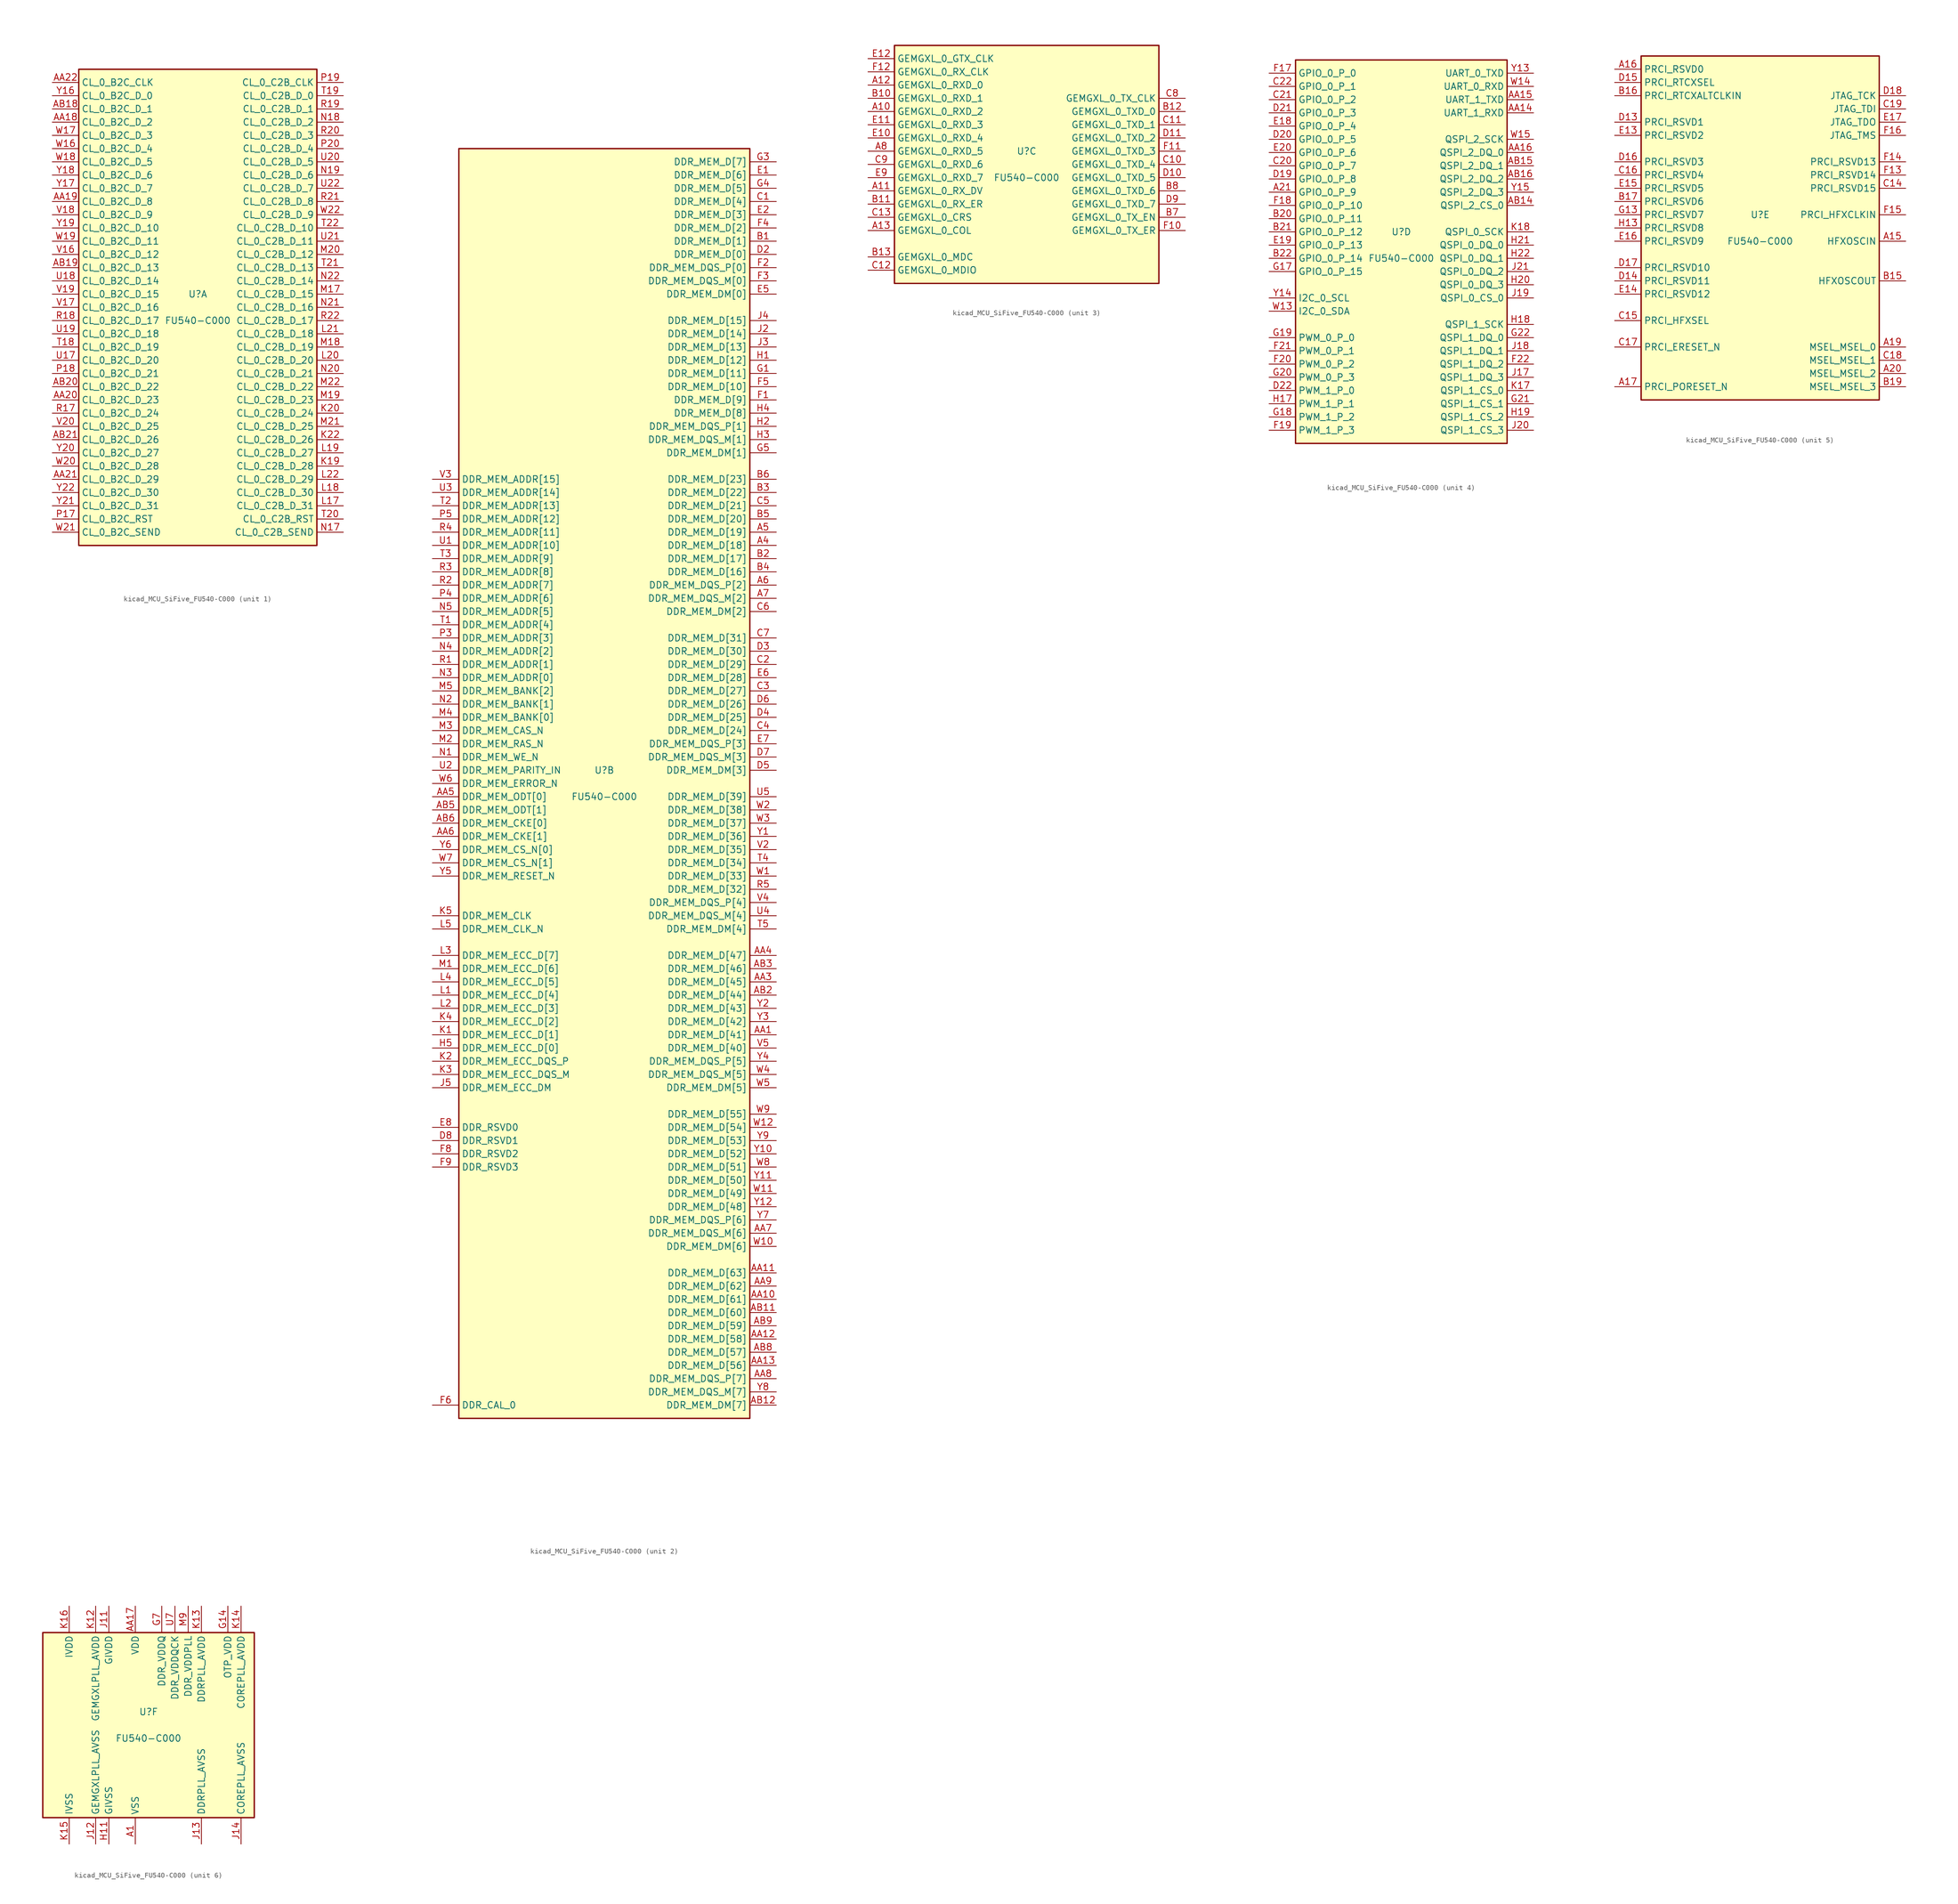
<source format=kicad_sym>
(kicad_symbol_lib
  (version 20220914)
  (generator kicad_symbol_editor)
  (symbol "kicad_MCU_SiFive_FU540-C000"
    (property "Reference" "U"
      (at 0 2.54 0)
      (effects (font (size 1.27 1.27))))
    (property "Value" "FU540-C000"
      (at 0 -2.54 0)
      (effects (font (size 1.27 1.27))))
    (property "ki_locked" ""
      (at 0 0 0)
      (effects (font (size 1.27 1.27))))
    (symbol "kicad_MCU_SiFive_FU540-C000_1_1"
      (rectangle (start -22.86 -45.72) (end 22.86 45.72) (stroke (width 0.254) (type default)) (fill (type background)))
      (pin input line (at -27.94 35.56 0) (length 5.08) (name "CL_0_B2C_D_2" (effects (font (size 1.27 1.27)))) (number "AA18" (effects (font (size 1.27 1.27)))))
      (pin input line (at -27.94 20.32 0) (length 5.08) (name "CL_0_B2C_D_8" (effects (font (size 1.27 1.27)))) (number "AA19" (effects (font (size 1.27 1.27)))))
      (pin input line (at -27.94 -17.78 0) (length 5.08) (name "CL_0_B2C_D_23" (effects (font (size 1.27 1.27)))) (number "AA20" (effects (font (size 1.27 1.27)))))
      (pin input line (at -27.94 -33.02 0) (length 5.08) (name "CL_0_B2C_D_29" (effects (font (size 1.27 1.27)))) (number "AA21" (effects (font (size 1.27 1.27)))))
      (pin input line (at -27.94 43.18 0) (length 5.08) (name "CL_0_B2C_CLK" (effects (font (size 1.27 1.27)))) (number "AA22" (effects (font (size 1.27 1.27)))))
      (pin input line (at -27.94 38.1 0) (length 5.08) (name "CL_0_B2C_D_1" (effects (font (size 1.27 1.27)))) (number "AB18" (effects (font (size 1.27 1.27)))))
      (pin input line (at -27.94 7.62 0) (length 5.08) (name "CL_0_B2C_D_13" (effects (font (size 1.27 1.27)))) (number "AB19" (effects (font (size 1.27 1.27)))))
      (pin input line (at -27.94 -15.24 0) (length 5.08) (name "CL_0_B2C_D_22" (effects (font (size 1.27 1.27)))) (number "AB20" (effects (font (size 1.27 1.27)))))
      (pin input line (at -27.94 -25.4 0) (length 5.08) (name "CL_0_B2C_D_26" (effects (font (size 1.27 1.27)))) (number "AB21" (effects (font (size 1.27 1.27)))))
      (pin output line (at 27.94 -30.48 180) (length 5.08) (name "CL_0_C2B_D_28" (effects (font (size 1.27 1.27)))) (number "K19" (effects (font (size 1.27 1.27)))))
      (pin output line (at 27.94 -20.32 180) (length 5.08) (name "CL_0_C2B_D_24" (effects (font (size 1.27 1.27)))) (number "K20" (effects (font (size 1.27 1.27)))))
      (pin output line (at 27.94 -25.4 180) (length 5.08) (name "CL_0_C2B_D_26" (effects (font (size 1.27 1.27)))) (number "K22" (effects (font (size 1.27 1.27)))))
      (pin output line (at 27.94 -38.1 180) (length 5.08) (name "CL_0_C2B_D_31" (effects (font (size 1.27 1.27)))) (number "L17" (effects (font (size 1.27 1.27)))))
      (pin output line (at 27.94 -35.56 180) (length 5.08) (name "CL_0_C2B_D_30" (effects (font (size 1.27 1.27)))) (number "L18" (effects (font (size 1.27 1.27)))))
      (pin output line (at 27.94 -27.94 180) (length 5.08) (name "CL_0_C2B_D_27" (effects (font (size 1.27 1.27)))) (number "L19" (effects (font (size 1.27 1.27)))))
      (pin output line (at 27.94 -10.16 180) (length 5.08) (name "CL_0_C2B_D_20" (effects (font (size 1.27 1.27)))) (number "L20" (effects (font (size 1.27 1.27)))))
      (pin output line (at 27.94 -5.08 180) (length 5.08) (name "CL_0_C2B_D_18" (effects (font (size 1.27 1.27)))) (number "L21" (effects (font (size 1.27 1.27)))))
      (pin output line (at 27.94 -33.02 180) (length 5.08) (name "CL_0_C2B_D_29" (effects (font (size 1.27 1.27)))) (number "L22" (effects (font (size 1.27 1.27)))))
      (pin output line (at 27.94 2.54 180) (length 5.08) (name "CL_0_C2B_D_15" (effects (font (size 1.27 1.27)))) (number "M17" (effects (font (size 1.27 1.27)))))
      (pin output line (at 27.94 -7.62 180) (length 5.08) (name "CL_0_C2B_D_19" (effects (font (size 1.27 1.27)))) (number "M18" (effects (font (size 1.27 1.27)))))
      (pin output line (at 27.94 -17.78 180) (length 5.08) (name "CL_0_C2B_D_23" (effects (font (size 1.27 1.27)))) (number "M19" (effects (font (size 1.27 1.27)))))
      (pin output line (at 27.94 10.16 180) (length 5.08) (name "CL_0_C2B_D_12" (effects (font (size 1.27 1.27)))) (number "M20" (effects (font (size 1.27 1.27)))))
      (pin output line (at 27.94 -22.86 180) (length 5.08) (name "CL_0_C2B_D_25" (effects (font (size 1.27 1.27)))) (number "M21" (effects (font (size 1.27 1.27)))))
      (pin output line (at 27.94 -15.24 180) (length 5.08) (name "CL_0_C2B_D_22" (effects (font (size 1.27 1.27)))) (number "M22" (effects (font (size 1.27 1.27)))))
      (pin output line (at 27.94 -43.18 180) (length 5.08) (name "CL_0_C2B_SEND" (effects (font (size 1.27 1.27)))) (number "N17" (effects (font (size 1.27 1.27)))))
      (pin output line (at 27.94 35.56 180) (length 5.08) (name "CL_0_C2B_D_2" (effects (font (size 1.27 1.27)))) (number "N18" (effects (font (size 1.27 1.27)))))
      (pin output line (at 27.94 25.4 180) (length 5.08) (name "CL_0_C2B_D_6" (effects (font (size 1.27 1.27)))) (number "N19" (effects (font (size 1.27 1.27)))))
      (pin output line (at 27.94 -12.7 180) (length 5.08) (name "CL_0_C2B_D_21" (effects (font (size 1.27 1.27)))) (number "N20" (effects (font (size 1.27 1.27)))))
      (pin output line (at 27.94 0 180) (length 5.08) (name "CL_0_C2B_D_16" (effects (font (size 1.27 1.27)))) (number "N21" (effects (font (size 1.27 1.27)))))
      (pin output line (at 27.94 5.08 180) (length 5.08) (name "CL_0_C2B_D_14" (effects (font (size 1.27 1.27)))) (number "N22" (effects (font (size 1.27 1.27)))))
      (pin input line (at -27.94 -40.64 0) (length 5.08) (name "CL_0_B2C_RST" (effects (font (size 1.27 1.27)))) (number "P17" (effects (font (size 1.27 1.27)))))
      (pin input line (at -27.94 -12.7 0) (length 5.08) (name "CL_0_B2C_D_21" (effects (font (size 1.27 1.27)))) (number "P18" (effects (font (size 1.27 1.27)))))
      (pin output line (at 27.94 43.18 180) (length 5.08) (name "CL_0_C2B_CLK" (effects (font (size 1.27 1.27)))) (number "P19" (effects (font (size 1.27 1.27)))))
      (pin output line (at 27.94 30.48 180) (length 5.08) (name "CL_0_C2B_D_4" (effects (font (size 1.27 1.27)))) (number "P20" (effects (font (size 1.27 1.27)))))
      (pin input line (at -27.94 -20.32 0) (length 5.08) (name "CL_0_B2C_D_24" (effects (font (size 1.27 1.27)))) (number "R17" (effects (font (size 1.27 1.27)))))
      (pin input line (at -27.94 -2.54 0) (length 5.08) (name "CL_0_B2C_D_17" (effects (font (size 1.27 1.27)))) (number "R18" (effects (font (size 1.27 1.27)))))
      (pin output line (at 27.94 38.1 180) (length 5.08) (name "CL_0_C2B_D_1" (effects (font (size 1.27 1.27)))) (number "R19" (effects (font (size 1.27 1.27)))))
      (pin output line (at 27.94 33.02 180) (length 5.08) (name "CL_0_C2B_D_3" (effects (font (size 1.27 1.27)))) (number "R20" (effects (font (size 1.27 1.27)))))
      (pin output line (at 27.94 20.32 180) (length 5.08) (name "CL_0_C2B_D_8" (effects (font (size 1.27 1.27)))) (number "R21" (effects (font (size 1.27 1.27)))))
      (pin output line (at 27.94 -2.54 180) (length 5.08) (name "CL_0_C2B_D_17" (effects (font (size 1.27 1.27)))) (number "R22" (effects (font (size 1.27 1.27)))))
      (pin input line (at -27.94 -7.62 0) (length 5.08) (name "CL_0_B2C_D_19" (effects (font (size 1.27 1.27)))) (number "T18" (effects (font (size 1.27 1.27)))))
      (pin output line (at 27.94 40.64 180) (length 5.08) (name "CL_0_C2B_D_0" (effects (font (size 1.27 1.27)))) (number "T19" (effects (font (size 1.27 1.27)))))
      (pin output line (at 27.94 -40.64 180) (length 5.08) (name "CL_0_C2B_RST" (effects (font (size 1.27 1.27)))) (number "T20" (effects (font (size 1.27 1.27)))))
      (pin output line (at 27.94 7.62 180) (length 5.08) (name "CL_0_C2B_D_13" (effects (font (size 1.27 1.27)))) (number "T21" (effects (font (size 1.27 1.27)))))
      (pin output line (at 27.94 15.24 180) (length 5.08) (name "CL_0_C2B_D_10" (effects (font (size 1.27 1.27)))) (number "T22" (effects (font (size 1.27 1.27)))))
      (pin input line (at -27.94 -10.16 0) (length 5.08) (name "CL_0_B2C_D_20" (effects (font (size 1.27 1.27)))) (number "U17" (effects (font (size 1.27 1.27)))))
      (pin input line (at -27.94 5.08 0) (length 5.08) (name "CL_0_B2C_D_14" (effects (font (size 1.27 1.27)))) (number "U18" (effects (font (size 1.27 1.27)))))
      (pin input line (at -27.94 -5.08 0) (length 5.08) (name "CL_0_B2C_D_18" (effects (font (size 1.27 1.27)))) (number "U19" (effects (font (size 1.27 1.27)))))
      (pin output line (at 27.94 27.94 180) (length 5.08) (name "CL_0_C2B_D_5" (effects (font (size 1.27 1.27)))) (number "U20" (effects (font (size 1.27 1.27)))))
      (pin output line (at 27.94 12.7 180) (length 5.08) (name "CL_0_C2B_D_11" (effects (font (size 1.27 1.27)))) (number "U21" (effects (font (size 1.27 1.27)))))
      (pin output line (at 27.94 22.86 180) (length 5.08) (name "CL_0_C2B_D_7" (effects (font (size 1.27 1.27)))) (number "U22" (effects (font (size 1.27 1.27)))))
      (pin input line (at -27.94 10.16 0) (length 5.08) (name "CL_0_B2C_D_12" (effects (font (size 1.27 1.27)))) (number "V16" (effects (font (size 1.27 1.27)))))
      (pin input line (at -27.94 0 0) (length 5.08) (name "CL_0_B2C_D_16" (effects (font (size 1.27 1.27)))) (number "V17" (effects (font (size 1.27 1.27)))))
      (pin input line (at -27.94 17.78 0) (length 5.08) (name "CL_0_B2C_D_9" (effects (font (size 1.27 1.27)))) (number "V18" (effects (font (size 1.27 1.27)))))
      (pin input line (at -27.94 2.54 0) (length 5.08) (name "CL_0_B2C_D_15" (effects (font (size 1.27 1.27)))) (number "V19" (effects (font (size 1.27 1.27)))))
      (pin input line (at -27.94 -22.86 0) (length 5.08) (name "CL_0_B2C_D_25" (effects (font (size 1.27 1.27)))) (number "V20" (effects (font (size 1.27 1.27)))))
      (pin input line (at -27.94 30.48 0) (length 5.08) (name "CL_0_B2C_D_4" (effects (font (size 1.27 1.27)))) (number "W16" (effects (font (size 1.27 1.27)))))
      (pin input line (at -27.94 33.02 0) (length 5.08) (name "CL_0_B2C_D_3" (effects (font (size 1.27 1.27)))) (number "W17" (effects (font (size 1.27 1.27)))))
      (pin input line (at -27.94 27.94 0) (length 5.08) (name "CL_0_B2C_D_5" (effects (font (size 1.27 1.27)))) (number "W18" (effects (font (size 1.27 1.27)))))
      (pin input line (at -27.94 12.7 0) (length 5.08) (name "CL_0_B2C_D_11" (effects (font (size 1.27 1.27)))) (number "W19" (effects (font (size 1.27 1.27)))))
      (pin input line (at -27.94 -30.48 0) (length 5.08) (name "CL_0_B2C_D_28" (effects (font (size 1.27 1.27)))) (number "W20" (effects (font (size 1.27 1.27)))))
      (pin input line (at -27.94 -43.18 0) (length 5.08) (name "CL_0_B2C_SEND" (effects (font (size 1.27 1.27)))) (number "W21" (effects (font (size 1.27 1.27)))))
      (pin output line (at 27.94 17.78 180) (length 5.08) (name "CL_0_C2B_D_9" (effects (font (size 1.27 1.27)))) (number "W22" (effects (font (size 1.27 1.27)))))
      (pin input line (at -27.94 40.64 0) (length 5.08) (name "CL_0_B2C_D_0" (effects (font (size 1.27 1.27)))) (number "Y16" (effects (font (size 1.27 1.27)))))
      (pin input line (at -27.94 22.86 0) (length 5.08) (name "CL_0_B2C_D_7" (effects (font (size 1.27 1.27)))) (number "Y17" (effects (font (size 1.27 1.27)))))
      (pin input line (at -27.94 25.4 0) (length 5.08) (name "CL_0_B2C_D_6" (effects (font (size 1.27 1.27)))) (number "Y18" (effects (font (size 1.27 1.27)))))
      (pin input line (at -27.94 15.24 0) (length 5.08) (name "CL_0_B2C_D_10" (effects (font (size 1.27 1.27)))) (number "Y19" (effects (font (size 1.27 1.27)))))
      (pin input line (at -27.94 -27.94 0) (length 5.08) (name "CL_0_B2C_D_27" (effects (font (size 1.27 1.27)))) (number "Y20" (effects (font (size 1.27 1.27)))))
      (pin input line (at -27.94 -38.1 0) (length 5.08) (name "CL_0_B2C_D_31" (effects (font (size 1.27 1.27)))) (number "Y21" (effects (font (size 1.27 1.27)))))
      (pin input line (at -27.94 -35.56 0) (length 5.08) (name "CL_0_B2C_D_30" (effects (font (size 1.27 1.27)))) (number "Y22" (effects (font (size 1.27 1.27))))))
    (symbol "kicad_MCU_SiFive_FU540-C000_2_1"
      (rectangle (start -27.94 -121.92) (end 27.94 121.92) (stroke (width 0.254) (type default)) (fill (type background)))
      (pin bidirectional line (at 33.02 45.72 180) (length 5.08) (name "DDR_MEM_D[18]" (effects (font (size 1.27 1.27)))) (number "A4" (effects (font (size 1.27 1.27)))))
      (pin bidirectional line (at 33.02 48.26 180) (length 5.08) (name "DDR_MEM_D[19]" (effects (font (size 1.27 1.27)))) (number "A5" (effects (font (size 1.27 1.27)))))
      (pin bidirectional line (at 33.02 38.1 180) (length 5.08) (name "DDR_MEM_DQS_P[2]" (effects (font (size 1.27 1.27)))) (number "A6" (effects (font (size 1.27 1.27)))))
      (pin bidirectional line (at 33.02 35.56 180) (length 5.08) (name "DDR_MEM_DQS_M[2]" (effects (font (size 1.27 1.27)))) (number "A7" (effects (font (size 1.27 1.27)))))
      (pin bidirectional line (at 33.02 -48.26 180) (length 5.08) (name "DDR_MEM_D[41]" (effects (font (size 1.27 1.27)))) (number "AA1" (effects (font (size 1.27 1.27)))))
      (pin bidirectional line (at 33.02 -99.06 180) (length 5.08) (name "DDR_MEM_D[61]" (effects (font (size 1.27 1.27)))) (number "AA10" (effects (font (size 1.27 1.27)))))
      (pin bidirectional line (at 33.02 -93.98 180) (length 5.08) (name "DDR_MEM_D[63]" (effects (font (size 1.27 1.27)))) (number "AA11" (effects (font (size 1.27 1.27)))))
      (pin bidirectional line (at 33.02 -106.68 180) (length 5.08) (name "DDR_MEM_D[58]" (effects (font (size 1.27 1.27)))) (number "AA12" (effects (font (size 1.27 1.27)))))
      (pin bidirectional line (at 33.02 -111.76 180) (length 5.08) (name "DDR_MEM_D[56]" (effects (font (size 1.27 1.27)))) (number "AA13" (effects (font (size 1.27 1.27)))))
      (pin bidirectional line (at 33.02 -38.1 180) (length 5.08) (name "DDR_MEM_D[45]" (effects (font (size 1.27 1.27)))) (number "AA3" (effects (font (size 1.27 1.27)))))
      (pin bidirectional line (at 33.02 -33.02 180) (length 5.08) (name "DDR_MEM_D[47]" (effects (font (size 1.27 1.27)))) (number "AA4" (effects (font (size 1.27 1.27)))))
      (pin output line (at -33.02 -2.54 0) (length 5.08) (name "DDR_MEM_ODT[0]" (effects (font (size 1.27 1.27)))) (number "AA5" (effects (font (size 1.27 1.27)))))
      (pin output line (at -33.02 -10.16 0) (length 5.08) (name "DDR_MEM_CKE[1]" (effects (font (size 1.27 1.27)))) (number "AA6" (effects (font (size 1.27 1.27)))))
      (pin bidirectional line (at 33.02 -86.36 180) (length 5.08) (name "DDR_MEM_DQS_M[6]" (effects (font (size 1.27 1.27)))) (number "AA7" (effects (font (size 1.27 1.27)))))
      (pin bidirectional line (at 33.02 -114.3 180) (length 5.08) (name "DDR_MEM_DQS_P[7]" (effects (font (size 1.27 1.27)))) (number "AA8" (effects (font (size 1.27 1.27)))))
      (pin bidirectional line (at 33.02 -96.52 180) (length 5.08) (name "DDR_MEM_D[62]" (effects (font (size 1.27 1.27)))) (number "AA9" (effects (font (size 1.27 1.27)))))
      (pin bidirectional line (at 33.02 -101.6 180) (length 5.08) (name "DDR_MEM_D[60]" (effects (font (size 1.27 1.27)))) (number "AB11" (effects (font (size 1.27 1.27)))))
      (pin bidirectional line (at 33.02 -119.38 180) (length 5.08) (name "DDR_MEM_DM[7]" (effects (font (size 1.27 1.27)))) (number "AB12" (effects (font (size 1.27 1.27)))))
      (pin bidirectional line (at 33.02 -40.64 180) (length 5.08) (name "DDR_MEM_D[44]" (effects (font (size 1.27 1.27)))) (number "AB2" (effects (font (size 1.27 1.27)))))
      (pin bidirectional line (at 33.02 -35.56 180) (length 5.08) (name "DDR_MEM_D[46]" (effects (font (size 1.27 1.27)))) (number "AB3" (effects (font (size 1.27 1.27)))))
      (pin output line (at -33.02 -5.08 0) (length 5.08) (name "DDR_MEM_ODT[1]" (effects (font (size 1.27 1.27)))) (number "AB5" (effects (font (size 1.27 1.27)))))
      (pin output line (at -33.02 -7.62 0) (length 5.08) (name "DDR_MEM_CKE[0]" (effects (font (size 1.27 1.27)))) (number "AB6" (effects (font (size 1.27 1.27)))))
      (pin bidirectional line (at 33.02 -109.22 180) (length 5.08) (name "DDR_MEM_D[57]" (effects (font (size 1.27 1.27)))) (number "AB8" (effects (font (size 1.27 1.27)))))
      (pin bidirectional line (at 33.02 -104.14 180) (length 5.08) (name "DDR_MEM_D[59]" (effects (font (size 1.27 1.27)))) (number "AB9" (effects (font (size 1.27 1.27)))))
      (pin bidirectional line (at 33.02 104.14 180) (length 5.08) (name "DDR_MEM_D[1]" (effects (font (size 1.27 1.27)))) (number "B1" (effects (font (size 1.27 1.27)))))
      (pin bidirectional line (at 33.02 43.18 180) (length 5.08) (name "DDR_MEM_D[17]" (effects (font (size 1.27 1.27)))) (number "B2" (effects (font (size 1.27 1.27)))))
      (pin bidirectional line (at 33.02 55.88 180) (length 5.08) (name "DDR_MEM_D[22]" (effects (font (size 1.27 1.27)))) (number "B3" (effects (font (size 1.27 1.27)))))
      (pin bidirectional line (at 33.02 40.64 180) (length 5.08) (name "DDR_MEM_D[16]" (effects (font (size 1.27 1.27)))) (number "B4" (effects (font (size 1.27 1.27)))))
      (pin bidirectional line (at 33.02 50.8 180) (length 5.08) (name "DDR_MEM_D[20]" (effects (font (size 1.27 1.27)))) (number "B5" (effects (font (size 1.27 1.27)))))
      (pin bidirectional line (at 33.02 58.42 180) (length 5.08) (name "DDR_MEM_D[23]" (effects (font (size 1.27 1.27)))) (number "B6" (effects (font (size 1.27 1.27)))))
      (pin bidirectional line (at 33.02 111.76 180) (length 5.08) (name "DDR_MEM_D[4]" (effects (font (size 1.27 1.27)))) (number "C1" (effects (font (size 1.27 1.27)))))
      (pin bidirectional line (at 33.02 22.86 180) (length 5.08) (name "DDR_MEM_D[29]" (effects (font (size 1.27 1.27)))) (number "C2" (effects (font (size 1.27 1.27)))))
      (pin bidirectional line (at 33.02 17.78 180) (length 5.08) (name "DDR_MEM_D[27]" (effects (font (size 1.27 1.27)))) (number "C3" (effects (font (size 1.27 1.27)))))
      (pin bidirectional line (at 33.02 10.16 180) (length 5.08) (name "DDR_MEM_D[24]" (effects (font (size 1.27 1.27)))) (number "C4" (effects (font (size 1.27 1.27)))))
      (pin bidirectional line (at 33.02 53.34 180) (length 5.08) (name "DDR_MEM_D[21]" (effects (font (size 1.27 1.27)))) (number "C5" (effects (font (size 1.27 1.27)))))
      (pin bidirectional line (at 33.02 33.02 180) (length 5.08) (name "DDR_MEM_DM[2]" (effects (font (size 1.27 1.27)))) (number "C6" (effects (font (size 1.27 1.27)))))
      (pin bidirectional line (at 33.02 27.94 180) (length 5.08) (name "DDR_MEM_D[31]" (effects (font (size 1.27 1.27)))) (number "C7" (effects (font (size 1.27 1.27)))))
      (pin bidirectional line (at 33.02 101.6 180) (length 5.08) (name "DDR_MEM_D[0]" (effects (font (size 1.27 1.27)))) (number "D2" (effects (font (size 1.27 1.27)))))
      (pin bidirectional line (at 33.02 25.4 180) (length 5.08) (name "DDR_MEM_D[30]" (effects (font (size 1.27 1.27)))) (number "D3" (effects (font (size 1.27 1.27)))))
      (pin bidirectional line (at 33.02 12.7 180) (length 5.08) (name "DDR_MEM_D[25]" (effects (font (size 1.27 1.27)))) (number "D4" (effects (font (size 1.27 1.27)))))
      (pin bidirectional line (at 33.02 2.54 180) (length 5.08) (name "DDR_MEM_DM[3]" (effects (font (size 1.27 1.27)))) (number "D5" (effects (font (size 1.27 1.27)))))
      (pin bidirectional line (at 33.02 15.24 180) (length 5.08) (name "DDR_MEM_D[26]" (effects (font (size 1.27 1.27)))) (number "D6" (effects (font (size 1.27 1.27)))))
      (pin bidirectional line (at 33.02 5.08 180) (length 5.08) (name "DDR_MEM_DQS_M[3]" (effects (font (size 1.27 1.27)))) (number "D7" (effects (font (size 1.27 1.27)))))
      (pin passive line (at -33.02 -68.58 0) (length 5.08) (name "DDR_RSVD1" (effects (font (size 1.27 1.27)))) (number "D8" (effects (font (size 1.27 1.27)))))
      (pin bidirectional line (at 33.02 116.84 180) (length 5.08) (name "DDR_MEM_D[6]" (effects (font (size 1.27 1.27)))) (number "E1" (effects (font (size 1.27 1.27)))))
      (pin bidirectional line (at 33.02 109.22 180) (length 5.08) (name "DDR_MEM_D[3]" (effects (font (size 1.27 1.27)))) (number "E2" (effects (font (size 1.27 1.27)))))
      (pin bidirectional line (at 33.02 93.98 180) (length 5.08) (name "DDR_MEM_DM[0]" (effects (font (size 1.27 1.27)))) (number "E5" (effects (font (size 1.27 1.27)))))
      (pin bidirectional line (at 33.02 20.32 180) (length 5.08) (name "DDR_MEM_D[28]" (effects (font (size 1.27 1.27)))) (number "E6" (effects (font (size 1.27 1.27)))))
      (pin bidirectional line (at 33.02 7.62 180) (length 5.08) (name "DDR_MEM_DQS_P[3]" (effects (font (size 1.27 1.27)))) (number "E7" (effects (font (size 1.27 1.27)))))
      (pin passive line (at -33.02 -66.04 0) (length 5.08) (name "DDR_RSVD0" (effects (font (size 1.27 1.27)))) (number "E8" (effects (font (size 1.27 1.27)))))
      (pin bidirectional line (at 33.02 73.66 180) (length 5.08) (name "DDR_MEM_D[9]" (effects (font (size 1.27 1.27)))) (number "F1" (effects (font (size 1.27 1.27)))))
      (pin bidirectional line (at 33.02 99.06 180) (length 5.08) (name "DDR_MEM_DQS_P[0]" (effects (font (size 1.27 1.27)))) (number "F2" (effects (font (size 1.27 1.27)))))
      (pin bidirectional line (at 33.02 96.52 180) (length 5.08) (name "DDR_MEM_DQS_M[0]" (effects (font (size 1.27 1.27)))) (number "F3" (effects (font (size 1.27 1.27)))))
      (pin bidirectional line (at 33.02 106.68 180) (length 5.08) (name "DDR_MEM_D[2]" (effects (font (size 1.27 1.27)))) (number "F4" (effects (font (size 1.27 1.27)))))
      (pin bidirectional line (at 33.02 76.2 180) (length 5.08) (name "DDR_MEM_D[10]" (effects (font (size 1.27 1.27)))) (number "F5" (effects (font (size 1.27 1.27)))))
      (pin passive line (at -33.02 -119.38 0) (length 5.08) (name "DDR_CAL_0" (effects (font (size 1.27 1.27)))) (number "F6" (effects (font (size 1.27 1.27)))))
      (pin passive line (at -33.02 -71.12 0) (length 5.08) (name "DDR_RSVD2" (effects (font (size 1.27 1.27)))) (number "F8" (effects (font (size 1.27 1.27)))))
      (pin passive line (at -33.02 -73.66 0) (length 5.08) (name "DDR_RSVD3" (effects (font (size 1.27 1.27)))) (number "F9" (effects (font (size 1.27 1.27)))))
      (pin bidirectional line (at 33.02 78.74 180) (length 5.08) (name "DDR_MEM_D[11]" (effects (font (size 1.27 1.27)))) (number "G1" (effects (font (size 1.27 1.27)))))
      (pin bidirectional line (at 33.02 119.38 180) (length 5.08) (name "DDR_MEM_D[7]" (effects (font (size 1.27 1.27)))) (number "G3" (effects (font (size 1.27 1.27)))))
      (pin bidirectional line (at 33.02 114.3 180) (length 5.08) (name "DDR_MEM_D[5]" (effects (font (size 1.27 1.27)))) (number "G4" (effects (font (size 1.27 1.27)))))
      (pin bidirectional line (at 33.02 63.5 180) (length 5.08) (name "DDR_MEM_DM[1]" (effects (font (size 1.27 1.27)))) (number "G5" (effects (font (size 1.27 1.27)))))
      (pin bidirectional line (at 33.02 81.28 180) (length 5.08) (name "DDR_MEM_D[12]" (effects (font (size 1.27 1.27)))) (number "H1" (effects (font (size 1.27 1.27)))))
      (pin bidirectional line (at 33.02 68.58 180) (length 5.08) (name "DDR_MEM_DQS_P[1]" (effects (font (size 1.27 1.27)))) (number "H2" (effects (font (size 1.27 1.27)))))
      (pin bidirectional line (at 33.02 66.04 180) (length 5.08) (name "DDR_MEM_DQS_M[1]" (effects (font (size 1.27 1.27)))) (number "H3" (effects (font (size 1.27 1.27)))))
      (pin bidirectional line (at 33.02 71.12 180) (length 5.08) (name "DDR_MEM_D[8]" (effects (font (size 1.27 1.27)))) (number "H4" (effects (font (size 1.27 1.27)))))
      (pin bidirectional line (at -33.02 -50.8 0) (length 5.08) (name "DDR_MEM_ECC_D[0]" (effects (font (size 1.27 1.27)))) (number "H5" (effects (font (size 1.27 1.27)))))
      (pin bidirectional line (at 33.02 86.36 180) (length 5.08) (name "DDR_MEM_D[14]" (effects (font (size 1.27 1.27)))) (number "J2" (effects (font (size 1.27 1.27)))))
      (pin bidirectional line (at 33.02 83.82 180) (length 5.08) (name "DDR_MEM_D[13]" (effects (font (size 1.27 1.27)))) (number "J3" (effects (font (size 1.27 1.27)))))
      (pin bidirectional line (at 33.02 88.9 180) (length 5.08) (name "DDR_MEM_D[15]" (effects (font (size 1.27 1.27)))) (number "J4" (effects (font (size 1.27 1.27)))))
      (pin bidirectional line (at -33.02 -58.42 0) (length 5.08) (name "DDR_MEM_ECC_DM" (effects (font (size 1.27 1.27)))) (number "J5" (effects (font (size 1.27 1.27)))))
      (pin bidirectional line (at -33.02 -48.26 0) (length 5.08) (name "DDR_MEM_ECC_D[1]" (effects (font (size 1.27 1.27)))) (number "K1" (effects (font (size 1.27 1.27)))))
      (pin bidirectional line (at -33.02 -53.34 0) (length 5.08) (name "DDR_MEM_ECC_DQS_P" (effects (font (size 1.27 1.27)))) (number "K2" (effects (font (size 1.27 1.27)))))
      (pin bidirectional line (at -33.02 -55.88 0) (length 5.08) (name "DDR_MEM_ECC_DQS_M" (effects (font (size 1.27 1.27)))) (number "K3" (effects (font (size 1.27 1.27)))))
      (pin bidirectional line (at -33.02 -45.72 0) (length 5.08) (name "DDR_MEM_ECC_D[2]" (effects (font (size 1.27 1.27)))) (number "K4" (effects (font (size 1.27 1.27)))))
      (pin output line (at -33.02 -25.4 0) (length 5.08) (name "DDR_MEM_CLK" (effects (font (size 1.27 1.27)))) (number "K5" (effects (font (size 1.27 1.27)))))
      (pin bidirectional line (at -33.02 -40.64 0) (length 5.08) (name "DDR_MEM_ECC_D[4]" (effects (font (size 1.27 1.27)))) (number "L1" (effects (font (size 1.27 1.27)))))
      (pin bidirectional line (at -33.02 -43.18 0) (length 5.08) (name "DDR_MEM_ECC_D[3]" (effects (font (size 1.27 1.27)))) (number "L2" (effects (font (size 1.27 1.27)))))
      (pin bidirectional line (at -33.02 -33.02 0) (length 5.08) (name "DDR_MEM_ECC_D[7]" (effects (font (size 1.27 1.27)))) (number "L3" (effects (font (size 1.27 1.27)))))
      (pin bidirectional line (at -33.02 -38.1 0) (length 5.08) (name "DDR_MEM_ECC_D[5]" (effects (font (size 1.27 1.27)))) (number "L4" (effects (font (size 1.27 1.27)))))
      (pin output line (at -33.02 -27.94 0) (length 5.08) (name "DDR_MEM_CLK_N" (effects (font (size 1.27 1.27)))) (number "L5" (effects (font (size 1.27 1.27)))))
      (pin bidirectional line (at -33.02 -35.56 0) (length 5.08) (name "DDR_MEM_ECC_D[6]" (effects (font (size 1.27 1.27)))) (number "M1" (effects (font (size 1.27 1.27)))))
      (pin output line (at -33.02 7.62 0) (length 5.08) (name "DDR_MEM_RAS_N" (effects (font (size 1.27 1.27)))) (number "M2" (effects (font (size 1.27 1.27)))))
      (pin output line (at -33.02 10.16 0) (length 5.08) (name "DDR_MEM_CAS_N" (effects (font (size 1.27 1.27)))) (number "M3" (effects (font (size 1.27 1.27)))))
      (pin output line (at -33.02 12.7 0) (length 5.08) (name "DDR_MEM_BANK[0]" (effects (font (size 1.27 1.27)))) (number "M4" (effects (font (size 1.27 1.27)))))
      (pin output line (at -33.02 17.78 0) (length 5.08) (name "DDR_MEM_BANK[2]" (effects (font (size 1.27 1.27)))) (number "M5" (effects (font (size 1.27 1.27)))))
      (pin output line (at -33.02 5.08 0) (length 5.08) (name "DDR_MEM_WE_N" (effects (font (size 1.27 1.27)))) (number "N1" (effects (font (size 1.27 1.27)))))
      (pin output line (at -33.02 15.24 0) (length 5.08) (name "DDR_MEM_BANK[1]" (effects (font (size 1.27 1.27)))) (number "N2" (effects (font (size 1.27 1.27)))))
      (pin output line (at -33.02 20.32 0) (length 5.08) (name "DDR_MEM_ADDR[0]" (effects (font (size 1.27 1.27)))) (number "N3" (effects (font (size 1.27 1.27)))))
      (pin output line (at -33.02 25.4 0) (length 5.08) (name "DDR_MEM_ADDR[2]" (effects (font (size 1.27 1.27)))) (number "N4" (effects (font (size 1.27 1.27)))))
      (pin output line (at -33.02 33.02 0) (length 5.08) (name "DDR_MEM_ADDR[5]" (effects (font (size 1.27 1.27)))) (number "N5" (effects (font (size 1.27 1.27)))))
      (pin output line (at -33.02 27.94 0) (length 5.08) (name "DDR_MEM_ADDR[3]" (effects (font (size 1.27 1.27)))) (number "P3" (effects (font (size 1.27 1.27)))))
      (pin output line (at -33.02 35.56 0) (length 5.08) (name "DDR_MEM_ADDR[6]" (effects (font (size 1.27 1.27)))) (number "P4" (effects (font (size 1.27 1.27)))))
      (pin output line (at -33.02 50.8 0) (length 5.08) (name "DDR_MEM_ADDR[12]" (effects (font (size 1.27 1.27)))) (number "P5" (effects (font (size 1.27 1.27)))))
      (pin output line (at -33.02 22.86 0) (length 5.08) (name "DDR_MEM_ADDR[1]" (effects (font (size 1.27 1.27)))) (number "R1" (effects (font (size 1.27 1.27)))))
      (pin output line (at -33.02 38.1 0) (length 5.08) (name "DDR_MEM_ADDR[7]" (effects (font (size 1.27 1.27)))) (number "R2" (effects (font (size 1.27 1.27)))))
      (pin output line (at -33.02 40.64 0) (length 5.08) (name "DDR_MEM_ADDR[8]" (effects (font (size 1.27 1.27)))) (number "R3" (effects (font (size 1.27 1.27)))))
      (pin output line (at -33.02 48.26 0) (length 5.08) (name "DDR_MEM_ADDR[11]" (effects (font (size 1.27 1.27)))) (number "R4" (effects (font (size 1.27 1.27)))))
      (pin bidirectional line (at 33.02 -20.32 180) (length 5.08) (name "DDR_MEM_D[32]" (effects (font (size 1.27 1.27)))) (number "R5" (effects (font (size 1.27 1.27)))))
      (pin output line (at -33.02 30.48 0) (length 5.08) (name "DDR_MEM_ADDR[4]" (effects (font (size 1.27 1.27)))) (number "T1" (effects (font (size 1.27 1.27)))))
      (pin output line (at -33.02 53.34 0) (length 5.08) (name "DDR_MEM_ADDR[13]" (effects (font (size 1.27 1.27)))) (number "T2" (effects (font (size 1.27 1.27)))))
      (pin output line (at -33.02 43.18 0) (length 5.08) (name "DDR_MEM_ADDR[9]" (effects (font (size 1.27 1.27)))) (number "T3" (effects (font (size 1.27 1.27)))))
      (pin bidirectional line (at 33.02 -15.24 180) (length 5.08) (name "DDR_MEM_D[34]" (effects (font (size 1.27 1.27)))) (number "T4" (effects (font (size 1.27 1.27)))))
      (pin bidirectional line (at 33.02 -27.94 180) (length 5.08) (name "DDR_MEM_DM[4]" (effects (font (size 1.27 1.27)))) (number "T5" (effects (font (size 1.27 1.27)))))
      (pin output line (at -33.02 45.72 0) (length 5.08) (name "DDR_MEM_ADDR[10]" (effects (font (size 1.27 1.27)))) (number "U1" (effects (font (size 1.27 1.27)))))
      (pin output line (at -33.02 2.54 0) (length 5.08) (name "DDR_MEM_PARITY_IN" (effects (font (size 1.27 1.27)))) (number "U2" (effects (font (size 1.27 1.27)))))
      (pin output line (at -33.02 55.88 0) (length 5.08) (name "DDR_MEM_ADDR[14]" (effects (font (size 1.27 1.27)))) (number "U3" (effects (font (size 1.27 1.27)))))
      (pin bidirectional line (at 33.02 -25.4 180) (length 5.08) (name "DDR_MEM_DQS_M[4]" (effects (font (size 1.27 1.27)))) (number "U4" (effects (font (size 1.27 1.27)))))
      (pin bidirectional line (at 33.02 -2.54 180) (length 5.08) (name "DDR_MEM_D[39]" (effects (font (size 1.27 1.27)))) (number "U5" (effects (font (size 1.27 1.27)))))
      (pin bidirectional line (at 33.02 -12.7 180) (length 5.08) (name "DDR_MEM_D[35]" (effects (font (size 1.27 1.27)))) (number "V2" (effects (font (size 1.27 1.27)))))
      (pin output line (at -33.02 58.42 0) (length 5.08) (name "DDR_MEM_ADDR[15]" (effects (font (size 1.27 1.27)))) (number "V3" (effects (font (size 1.27 1.27)))))
      (pin bidirectional line (at 33.02 -22.86 180) (length 5.08) (name "DDR_MEM_DQS_P[4]" (effects (font (size 1.27 1.27)))) (number "V4" (effects (font (size 1.27 1.27)))))
      (pin bidirectional line (at 33.02 -50.8 180) (length 5.08) (name "DDR_MEM_D[40]" (effects (font (size 1.27 1.27)))) (number "V5" (effects (font (size 1.27 1.27)))))
      (pin bidirectional line (at 33.02 -17.78 180) (length 5.08) (name "DDR_MEM_D[33]" (effects (font (size 1.27 1.27)))) (number "W1" (effects (font (size 1.27 1.27)))))
      (pin bidirectional line (at 33.02 -88.9 180) (length 5.08) (name "DDR_MEM_DM[6]" (effects (font (size 1.27 1.27)))) (number "W10" (effects (font (size 1.27 1.27)))))
      (pin bidirectional line (at 33.02 -78.74 180) (length 5.08) (name "DDR_MEM_D[49]" (effects (font (size 1.27 1.27)))) (number "W11" (effects (font (size 1.27 1.27)))))
      (pin bidirectional line (at 33.02 -66.04 180) (length 5.08) (name "DDR_MEM_D[54]" (effects (font (size 1.27 1.27)))) (number "W12" (effects (font (size 1.27 1.27)))))
      (pin bidirectional line (at 33.02 -5.08 180) (length 5.08) (name "DDR_MEM_D[38]" (effects (font (size 1.27 1.27)))) (number "W2" (effects (font (size 1.27 1.27)))))
      (pin bidirectional line (at 33.02 -7.62 180) (length 5.08) (name "DDR_MEM_D[37]" (effects (font (size 1.27 1.27)))) (number "W3" (effects (font (size 1.27 1.27)))))
      (pin bidirectional line (at 33.02 -55.88 180) (length 5.08) (name "DDR_MEM_DQS_M[5]" (effects (font (size 1.27 1.27)))) (number "W4" (effects (font (size 1.27 1.27)))))
      (pin bidirectional line (at 33.02 -58.42 180) (length 5.08) (name "DDR_MEM_DM[5]" (effects (font (size 1.27 1.27)))) (number "W5" (effects (font (size 1.27 1.27)))))
      (pin input line (at -33.02 0 0) (length 5.08) (name "DDR_MEM_ERROR_N" (effects (font (size 1.27 1.27)))) (number "W6" (effects (font (size 1.27 1.27)))))
      (pin output line (at -33.02 -15.24 0) (length 5.08) (name "DDR_MEM_CS_N[1]" (effects (font (size 1.27 1.27)))) (number "W7" (effects (font (size 1.27 1.27)))))
      (pin bidirectional line (at 33.02 -73.66 180) (length 5.08) (name "DDR_MEM_D[51]" (effects (font (size 1.27 1.27)))) (number "W8" (effects (font (size 1.27 1.27)))))
      (pin bidirectional line (at 33.02 -63.5 180) (length 5.08) (name "DDR_MEM_D[55]" (effects (font (size 1.27 1.27)))) (number "W9" (effects (font (size 1.27 1.27)))))
      (pin bidirectional line (at 33.02 -10.16 180) (length 5.08) (name "DDR_MEM_D[36]" (effects (font (size 1.27 1.27)))) (number "Y1" (effects (font (size 1.27 1.27)))))
      (pin bidirectional line (at 33.02 -71.12 180) (length 5.08) (name "DDR_MEM_D[52]" (effects (font (size 1.27 1.27)))) (number "Y10" (effects (font (size 1.27 1.27)))))
      (pin bidirectional line (at 33.02 -76.2 180) (length 5.08) (name "DDR_MEM_D[50]" (effects (font (size 1.27 1.27)))) (number "Y11" (effects (font (size 1.27 1.27)))))
      (pin bidirectional line (at 33.02 -81.28 180) (length 5.08) (name "DDR_MEM_D[48]" (effects (font (size 1.27 1.27)))) (number "Y12" (effects (font (size 1.27 1.27)))))
      (pin bidirectional line (at 33.02 -43.18 180) (length 5.08) (name "DDR_MEM_D[43]" (effects (font (size 1.27 1.27)))) (number "Y2" (effects (font (size 1.27 1.27)))))
      (pin bidirectional line (at 33.02 -45.72 180) (length 5.08) (name "DDR_MEM_D[42]" (effects (font (size 1.27 1.27)))) (number "Y3" (effects (font (size 1.27 1.27)))))
      (pin bidirectional line (at 33.02 -53.34 180) (length 5.08) (name "DDR_MEM_DQS_P[5]" (effects (font (size 1.27 1.27)))) (number "Y4" (effects (font (size 1.27 1.27)))))
      (pin output line (at -33.02 -17.78 0) (length 5.08) (name "DDR_MEM_RESET_N" (effects (font (size 1.27 1.27)))) (number "Y5" (effects (font (size 1.27 1.27)))))
      (pin output line (at -33.02 -12.7 0) (length 5.08) (name "DDR_MEM_CS_N[0]" (effects (font (size 1.27 1.27)))) (number "Y6" (effects (font (size 1.27 1.27)))))
      (pin bidirectional line (at 33.02 -83.82 180) (length 5.08) (name "DDR_MEM_DQS_P[6]" (effects (font (size 1.27 1.27)))) (number "Y7" (effects (font (size 1.27 1.27)))))
      (pin bidirectional line (at 33.02 -116.84 180) (length 5.08) (name "DDR_MEM_DQS_M[7]" (effects (font (size 1.27 1.27)))) (number "Y8" (effects (font (size 1.27 1.27)))))
      (pin bidirectional line (at 33.02 -68.58 180) (length 5.08) (name "DDR_MEM_D[53]" (effects (font (size 1.27 1.27)))) (number "Y9" (effects (font (size 1.27 1.27))))))
    (symbol "kicad_MCU_SiFive_FU540-C000_3_1"
      (rectangle (start -25.4 -22.86) (end 25.4 22.86) (stroke (width 0.254) (type default)) (fill (type background)))
      (pin input line (at -30.48 10.16 0) (length 5.08) (name "GEMGXL_0_RXD_2" (effects (font (size 1.27 1.27)))) (number "A10" (effects (font (size 1.27 1.27)))))
      (pin input line (at -30.48 -5.08 0) (length 5.08) (name "GEMGXL_0_RX_DV" (effects (font (size 1.27 1.27)))) (number "A11" (effects (font (size 1.27 1.27)))))
      (pin input line (at -30.48 15.24 0) (length 5.08) (name "GEMGXL_0_RXD_0" (effects (font (size 1.27 1.27)))) (number "A12" (effects (font (size 1.27 1.27)))))
      (pin input line (at -30.48 -12.7 0) (length 5.08) (name "GEMGXL_0_COL" (effects (font (size 1.27 1.27)))) (number "A13" (effects (font (size 1.27 1.27)))))
      (pin input line (at -30.48 2.54 0) (length 5.08) (name "GEMGXL_0_RXD_5" (effects (font (size 1.27 1.27)))) (number "A8" (effects (font (size 1.27 1.27)))))
      (pin input line (at -30.48 12.7 0) (length 5.08) (name "GEMGXL_0_RXD_1" (effects (font (size 1.27 1.27)))) (number "B10" (effects (font (size 1.27 1.27)))))
      (pin input line (at -30.48 -7.62 0) (length 5.08) (name "GEMGXL_0_RX_ER" (effects (font (size 1.27 1.27)))) (number "B11" (effects (font (size 1.27 1.27)))))
      (pin output line (at 30.48 10.16 180) (length 5.08) (name "GEMGXL_0_TXD_0" (effects (font (size 1.27 1.27)))) (number "B12" (effects (font (size 1.27 1.27)))))
      (pin output line (at -30.48 -17.78 0) (length 5.08) (name "GEMGXL_0_MDC" (effects (font (size 1.27 1.27)))) (number "B13" (effects (font (size 1.27 1.27)))))
      (pin output line (at 30.48 -10.16 180) (length 5.08) (name "GEMGXL_0_TX_EN" (effects (font (size 1.27 1.27)))) (number "B7" (effects (font (size 1.27 1.27)))))
      (pin output line (at 30.48 -5.08 180) (length 5.08) (name "GEMGXL_0_TXD_6" (effects (font (size 1.27 1.27)))) (number "B8" (effects (font (size 1.27 1.27)))))
      (pin output line (at 30.48 0 180) (length 5.08) (name "GEMGXL_0_TXD_4" (effects (font (size 1.27 1.27)))) (number "C10" (effects (font (size 1.27 1.27)))))
      (pin output line (at 30.48 7.62 180) (length 5.08) (name "GEMGXL_0_TXD_1" (effects (font (size 1.27 1.27)))) (number "C11" (effects (font (size 1.27 1.27)))))
      (pin bidirectional line (at -30.48 -20.32 0) (length 5.08) (name "GEMGXL_0_MDIO" (effects (font (size 1.27 1.27)))) (number "C12" (effects (font (size 1.27 1.27)))))
      (pin input line (at -30.48 -10.16 0) (length 5.08) (name "GEMGXL_0_CRS" (effects (font (size 1.27 1.27)))) (number "C13" (effects (font (size 1.27 1.27)))))
      (pin input line (at 30.48 12.7 180) (length 5.08) (name "GEMGXL_0_TX_CLK" (effects (font (size 1.27 1.27)))) (number "C8" (effects (font (size 1.27 1.27)))))
      (pin input line (at -30.48 0 0) (length 5.08) (name "GEMGXL_0_RXD_6" (effects (font (size 1.27 1.27)))) (number "C9" (effects (font (size 1.27 1.27)))))
      (pin output line (at 30.48 -2.54 180) (length 5.08) (name "GEMGXL_0_TXD_5" (effects (font (size 1.27 1.27)))) (number "D10" (effects (font (size 1.27 1.27)))))
      (pin output line (at 30.48 5.08 180) (length 5.08) (name "GEMGXL_0_TXD_2" (effects (font (size 1.27 1.27)))) (number "D11" (effects (font (size 1.27 1.27)))))
      (pin output line (at 30.48 -7.62 180) (length 5.08) (name "GEMGXL_0_TXD_7" (effects (font (size 1.27 1.27)))) (number "D9" (effects (font (size 1.27 1.27)))))
      (pin input line (at -30.48 5.08 0) (length 5.08) (name "GEMGXL_0_RXD_4" (effects (font (size 1.27 1.27)))) (number "E10" (effects (font (size 1.27 1.27)))))
      (pin input line (at -30.48 7.62 0) (length 5.08) (name "GEMGXL_0_RXD_3" (effects (font (size 1.27 1.27)))) (number "E11" (effects (font (size 1.27 1.27)))))
      (pin input line (at -30.48 20.32 0) (length 5.08) (name "GEMGXL_0_GTX_CLK" (effects (font (size 1.27 1.27)))) (number "E12" (effects (font (size 1.27 1.27)))))
      (pin input line (at -30.48 -2.54 0) (length 5.08) (name "GEMGXL_0_RXD_7" (effects (font (size 1.27 1.27)))) (number "E9" (effects (font (size 1.27 1.27)))))
      (pin output line (at 30.48 -12.7 180) (length 5.08) (name "GEMGXL_0_TX_ER" (effects (font (size 1.27 1.27)))) (number "F10" (effects (font (size 1.27 1.27)))))
      (pin output line (at 30.48 2.54 180) (length 5.08) (name "GEMGXL_0_TXD_3" (effects (font (size 1.27 1.27)))) (number "F11" (effects (font (size 1.27 1.27)))))
      (pin input line (at -30.48 17.78 0) (length 5.08) (name "GEMGXL_0_RX_CLK" (effects (font (size 1.27 1.27)))) (number "F12" (effects (font (size 1.27 1.27))))))
    (symbol "kicad_MCU_SiFive_FU540-C000_4_1"
      (rectangle (start -20.32 -38.1) (end 20.32 35.56) (stroke (width 0.254) (type default)) (fill (type background)))
      (pin bidirectional line (at -25.4 10.16 0) (length 5.08) (name "GPIO_0_P_9" (effects (font (size 1.27 1.27)))) (number "A21" (effects (font (size 1.27 1.27)))))
      (pin input line (at 25.4 25.4 180) (length 5.08) (name "UART_1_RXD" (effects (font (size 1.27 1.27)))) (number "AA14" (effects (font (size 1.27 1.27)))))
      (pin output line (at 25.4 27.94 180) (length 5.08) (name "UART_1_TXD" (effects (font (size 1.27 1.27)))) (number "AA15" (effects (font (size 1.27 1.27)))))
      (pin bidirectional line (at 25.4 17.78 180) (length 5.08) (name "QSPI_2_DQ_0" (effects (font (size 1.27 1.27)))) (number "AA16" (effects (font (size 1.27 1.27)))))
      (pin output line (at 25.4 7.62 180) (length 5.08) (name "QSPI_2_CS_0" (effects (font (size 1.27 1.27)))) (number "AB14" (effects (font (size 1.27 1.27)))))
      (pin bidirectional line (at 25.4 15.24 180) (length 5.08) (name "QSPI_2_DQ_1" (effects (font (size 1.27 1.27)))) (number "AB15" (effects (font (size 1.27 1.27)))))
      (pin bidirectional line (at 25.4 12.7 180) (length 5.08) (name "QSPI_2_DQ_2" (effects (font (size 1.27 1.27)))) (number "AB16" (effects (font (size 1.27 1.27)))))
      (pin bidirectional line (at -25.4 5.08 0) (length 5.08) (name "GPIO_0_P_11" (effects (font (size 1.27 1.27)))) (number "B20" (effects (font (size 1.27 1.27)))))
      (pin bidirectional line (at -25.4 2.54 0) (length 5.08) (name "GPIO_0_P_12" (effects (font (size 1.27 1.27)))) (number "B21" (effects (font (size 1.27 1.27)))))
      (pin bidirectional line (at -25.4 -2.54 0) (length 5.08) (name "GPIO_0_P_14" (effects (font (size 1.27 1.27)))) (number "B22" (effects (font (size 1.27 1.27)))))
      (pin bidirectional line (at -25.4 15.24 0) (length 5.08) (name "GPIO_0_P_7" (effects (font (size 1.27 1.27)))) (number "C20" (effects (font (size 1.27 1.27)))))
      (pin bidirectional line (at -25.4 27.94 0) (length 5.08) (name "GPIO_0_P_2" (effects (font (size 1.27 1.27)))) (number "C21" (effects (font (size 1.27 1.27)))))
      (pin bidirectional line (at -25.4 30.48 0) (length 5.08) (name "GPIO_0_P_1" (effects (font (size 1.27 1.27)))) (number "C22" (effects (font (size 1.27 1.27)))))
      (pin bidirectional line (at -25.4 12.7 0) (length 5.08) (name "GPIO_0_P_8" (effects (font (size 1.27 1.27)))) (number "D19" (effects (font (size 1.27 1.27)))))
      (pin bidirectional line (at -25.4 20.32 0) (length 5.08) (name "GPIO_0_P_5" (effects (font (size 1.27 1.27)))) (number "D20" (effects (font (size 1.27 1.27)))))
      (pin bidirectional line (at -25.4 25.4 0) (length 5.08) (name "GPIO_0_P_3" (effects (font (size 1.27 1.27)))) (number "D21" (effects (font (size 1.27 1.27)))))
      (pin bidirectional line (at -25.4 -27.94 0) (length 5.08) (name "PWM_1_P_0" (effects (font (size 1.27 1.27)))) (number "D22" (effects (font (size 1.27 1.27)))))
      (pin bidirectional line (at -25.4 22.86 0) (length 5.08) (name "GPIO_0_P_4" (effects (font (size 1.27 1.27)))) (number "E18" (effects (font (size 1.27 1.27)))))
      (pin bidirectional line (at -25.4 0 0) (length 5.08) (name "GPIO_0_P_13" (effects (font (size 1.27 1.27)))) (number "E19" (effects (font (size 1.27 1.27)))))
      (pin bidirectional line (at -25.4 17.78 0) (length 5.08) (name "GPIO_0_P_6" (effects (font (size 1.27 1.27)))) (number "E20" (effects (font (size 1.27 1.27)))))
      (pin bidirectional line (at -25.4 33.02 0) (length 5.08) (name "GPIO_0_P_0" (effects (font (size 1.27 1.27)))) (number "F17" (effects (font (size 1.27 1.27)))))
      (pin bidirectional line (at -25.4 7.62 0) (length 5.08) (name "GPIO_0_P_10" (effects (font (size 1.27 1.27)))) (number "F18" (effects (font (size 1.27 1.27)))))
      (pin bidirectional line (at -25.4 -35.56 0) (length 5.08) (name "PWM_1_P_3" (effects (font (size 1.27 1.27)))) (number "F19" (effects (font (size 1.27 1.27)))))
      (pin bidirectional line (at -25.4 -22.86 0) (length 5.08) (name "PWM_0_P_2" (effects (font (size 1.27 1.27)))) (number "F20" (effects (font (size 1.27 1.27)))))
      (pin bidirectional line (at -25.4 -20.32 0) (length 5.08) (name "PWM_0_P_1" (effects (font (size 1.27 1.27)))) (number "F21" (effects (font (size 1.27 1.27)))))
      (pin bidirectional line (at 25.4 -22.86 180) (length 5.08) (name "QSPI_1_DQ_2" (effects (font (size 1.27 1.27)))) (number "F22" (effects (font (size 1.27 1.27)))))
      (pin bidirectional line (at -25.4 -5.08 0) (length 5.08) (name "GPIO_0_P_15" (effects (font (size 1.27 1.27)))) (number "G17" (effects (font (size 1.27 1.27)))))
      (pin bidirectional line (at -25.4 -33.02 0) (length 5.08) (name "PWM_1_P_2" (effects (font (size 1.27 1.27)))) (number "G18" (effects (font (size 1.27 1.27)))))
      (pin bidirectional line (at -25.4 -17.78 0) (length 5.08) (name "PWM_0_P_0" (effects (font (size 1.27 1.27)))) (number "G19" (effects (font (size 1.27 1.27)))))
      (pin bidirectional line (at -25.4 -25.4 0) (length 5.08) (name "PWM_0_P_3" (effects (font (size 1.27 1.27)))) (number "G20" (effects (font (size 1.27 1.27)))))
      (pin output line (at 25.4 -30.48 180) (length 5.08) (name "QSPI_1_CS_1" (effects (font (size 1.27 1.27)))) (number "G21" (effects (font (size 1.27 1.27)))))
      (pin bidirectional line (at 25.4 -17.78 180) (length 5.08) (name "QSPI_1_DQ_0" (effects (font (size 1.27 1.27)))) (number "G22" (effects (font (size 1.27 1.27)))))
      (pin bidirectional line (at -25.4 -30.48 0) (length 5.08) (name "PWM_1_P_1" (effects (font (size 1.27 1.27)))) (number "H17" (effects (font (size 1.27 1.27)))))
      (pin output line (at 25.4 -15.24 180) (length 5.08) (name "QSPI_1_SCK" (effects (font (size 1.27 1.27)))) (number "H18" (effects (font (size 1.27 1.27)))))
      (pin output line (at 25.4 -33.02 180) (length 5.08) (name "QSPI_1_CS_2" (effects (font (size 1.27 1.27)))) (number "H19" (effects (font (size 1.27 1.27)))))
      (pin bidirectional line (at 25.4 -7.62 180) (length 5.08) (name "QSPI_0_DQ_3" (effects (font (size 1.27 1.27)))) (number "H20" (effects (font (size 1.27 1.27)))))
      (pin bidirectional line (at 25.4 0 180) (length 5.08) (name "QSPI_0_DQ_0" (effects (font (size 1.27 1.27)))) (number "H21" (effects (font (size 1.27 1.27)))))
      (pin bidirectional line (at 25.4 -2.54 180) (length 5.08) (name "QSPI_0_DQ_1" (effects (font (size 1.27 1.27)))) (number "H22" (effects (font (size 1.27 1.27)))))
      (pin bidirectional line (at 25.4 -25.4 180) (length 5.08) (name "QSPI_1_DQ_3" (effects (font (size 1.27 1.27)))) (number "J17" (effects (font (size 1.27 1.27)))))
      (pin bidirectional line (at 25.4 -20.32 180) (length 5.08) (name "QSPI_1_DQ_1" (effects (font (size 1.27 1.27)))) (number "J18" (effects (font (size 1.27 1.27)))))
      (pin output line (at 25.4 -10.16 180) (length 5.08) (name "QSPI_0_CS_0" (effects (font (size 1.27 1.27)))) (number "J19" (effects (font (size 1.27 1.27)))))
      (pin output line (at 25.4 -35.56 180) (length 5.08) (name "QSPI_1_CS_3" (effects (font (size 1.27 1.27)))) (number "J20" (effects (font (size 1.27 1.27)))))
      (pin bidirectional line (at 25.4 -5.08 180) (length 5.08) (name "QSPI_0_DQ_2" (effects (font (size 1.27 1.27)))) (number "J21" (effects (font (size 1.27 1.27)))))
      (pin output line (at 25.4 -27.94 180) (length 5.08) (name "QSPI_1_CS_0" (effects (font (size 1.27 1.27)))) (number "K17" (effects (font (size 1.27 1.27)))))
      (pin output line (at 25.4 2.54 180) (length 5.08) (name "QSPI_0_SCK" (effects (font (size 1.27 1.27)))) (number "K18" (effects (font (size 1.27 1.27)))))
      (pin bidirectional line (at -25.4 -12.7 0) (length 5.08) (name "I2C_0_SDA" (effects (font (size 1.27 1.27)))) (number "W13" (effects (font (size 1.27 1.27)))))
      (pin input line (at 25.4 30.48 180) (length 5.08) (name "UART_0_RXD" (effects (font (size 1.27 1.27)))) (number "W14" (effects (font (size 1.27 1.27)))))
      (pin output line (at 25.4 20.32 180) (length 5.08) (name "QSPI_2_SCK" (effects (font (size 1.27 1.27)))) (number "W15" (effects (font (size 1.27 1.27)))))
      (pin output line (at 25.4 33.02 180) (length 5.08) (name "UART_0_TXD" (effects (font (size 1.27 1.27)))) (number "Y13" (effects (font (size 1.27 1.27)))))
      (pin bidirectional line (at -25.4 -10.16 0) (length 5.08) (name "I2C_0_SCL" (effects (font (size 1.27 1.27)))) (number "Y14" (effects (font (size 1.27 1.27)))))
      (pin bidirectional line (at 25.4 10.16 180) (length 5.08) (name "QSPI_2_DQ_3" (effects (font (size 1.27 1.27)))) (number "Y15" (effects (font (size 1.27 1.27))))))
    (symbol "kicad_MCU_SiFive_FU540-C000_5_1"
      (rectangle (start -22.86 -33.02) (end 22.86 33.02) (stroke (width 0.254) (type default)) (fill (type background)))
      (pin passive line (at 27.94 -2.54 180) (length 5.08) (name "HFXOSCIN" (effects (font (size 1.27 1.27)))) (number "A15" (effects (font (size 1.27 1.27)))))
      (pin passive line (at -27.94 30.48 0) (length 5.08) (name "PRCI_RSVD0" (effects (font (size 1.27 1.27)))) (number "A16" (effects (font (size 1.27 1.27)))))
      (pin input line (at -27.94 -30.48 0) (length 5.08) (name "PRCI_PORESET_N" (effects (font (size 1.27 1.27)))) (number "A17" (effects (font (size 1.27 1.27)))))
      (pin input line (at 27.94 -22.86 180) (length 5.08) (name "MSEL_MSEL_0" (effects (font (size 1.27 1.27)))) (number "A19" (effects (font (size 1.27 1.27)))))
      (pin input line (at 27.94 -27.94 180) (length 5.08) (name "MSEL_MSEL_2" (effects (font (size 1.27 1.27)))) (number "A20" (effects (font (size 1.27 1.27)))))
      (pin passive line (at 27.94 -10.16 180) (length 5.08) (name "HFXOSCOUT" (effects (font (size 1.27 1.27)))) (number "B15" (effects (font (size 1.27 1.27)))))
      (pin passive line (at -27.94 25.4 0) (length 5.08) (name "PRCI_RTCXALTCLKIN" (effects (font (size 1.27 1.27)))) (number "B16" (effects (font (size 1.27 1.27)))))
      (pin passive line (at -27.94 5.08 0) (length 5.08) (name "PRCI_RSVD6" (effects (font (size 1.27 1.27)))) (number "B17" (effects (font (size 1.27 1.27)))))
      (pin input line (at 27.94 -30.48 180) (length 5.08) (name "MSEL_MSEL_3" (effects (font (size 1.27 1.27)))) (number "B19" (effects (font (size 1.27 1.27)))))
      (pin passive line (at 27.94 7.62 180) (length 5.08) (name "PRCI_RSVD15" (effects (font (size 1.27 1.27)))) (number "C14" (effects (font (size 1.27 1.27)))))
      (pin input line (at -27.94 -17.78 0) (length 5.08) (name "PRCI_HFXSEL" (effects (font (size 1.27 1.27)))) (number "C15" (effects (font (size 1.27 1.27)))))
      (pin passive line (at -27.94 10.16 0) (length 5.08) (name "PRCI_RSVD4" (effects (font (size 1.27 1.27)))) (number "C16" (effects (font (size 1.27 1.27)))))
      (pin input line (at -27.94 -22.86 0) (length 5.08) (name "PRCI_ERESET_N" (effects (font (size 1.27 1.27)))) (number "C17" (effects (font (size 1.27 1.27)))))
      (pin input line (at 27.94 -25.4 180) (length 5.08) (name "MSEL_MSEL_1" (effects (font (size 1.27 1.27)))) (number "C18" (effects (font (size 1.27 1.27)))))
      (pin input line (at 27.94 22.86 180) (length 5.08) (name "JTAG_TDI" (effects (font (size 1.27 1.27)))) (number "C19" (effects (font (size 1.27 1.27)))))
      (pin passive line (at -27.94 20.32 0) (length 5.08) (name "PRCI_RSVD1" (effects (font (size 1.27 1.27)))) (number "D13" (effects (font (size 1.27 1.27)))))
      (pin passive line (at -27.94 -10.16 0) (length 5.08) (name "PRCI_RSVD11" (effects (font (size 1.27 1.27)))) (number "D14" (effects (font (size 1.27 1.27)))))
      (pin input line (at -27.94 27.94 0) (length 5.08) (name "PRCI_RTCXSEL" (effects (font (size 1.27 1.27)))) (number "D15" (effects (font (size 1.27 1.27)))))
      (pin passive line (at -27.94 12.7 0) (length 5.08) (name "PRCI_RSVD3" (effects (font (size 1.27 1.27)))) (number "D16" (effects (font (size 1.27 1.27)))))
      (pin passive line (at -27.94 -7.62 0) (length 5.08) (name "PRCI_RSVD10" (effects (font (size 1.27 1.27)))) (number "D17" (effects (font (size 1.27 1.27)))))
      (pin input line (at 27.94 25.4 180) (length 5.08) (name "JTAG_TCK" (effects (font (size 1.27 1.27)))) (number "D18" (effects (font (size 1.27 1.27)))))
      (pin passive line (at -27.94 17.78 0) (length 5.08) (name "PRCI_RSVD2" (effects (font (size 1.27 1.27)))) (number "E13" (effects (font (size 1.27 1.27)))))
      (pin passive line (at -27.94 -12.7 0) (length 5.08) (name "PRCI_RSVD12" (effects (font (size 1.27 1.27)))) (number "E14" (effects (font (size 1.27 1.27)))))
      (pin passive line (at -27.94 7.62 0) (length 5.08) (name "PRCI_RSVD5" (effects (font (size 1.27 1.27)))) (number "E15" (effects (font (size 1.27 1.27)))))
      (pin passive line (at -27.94 -2.54 0) (length 5.08) (name "PRCI_RSVD9" (effects (font (size 1.27 1.27)))) (number "E16" (effects (font (size 1.27 1.27)))))
      (pin output line (at 27.94 20.32 180) (length 5.08) (name "JTAG_TDO" (effects (font (size 1.27 1.27)))) (number "E17" (effects (font (size 1.27 1.27)))))
      (pin passive line (at 27.94 10.16 180) (length 5.08) (name "PRCI_RSVD14" (effects (font (size 1.27 1.27)))) (number "F13" (effects (font (size 1.27 1.27)))))
      (pin passive line (at 27.94 12.7 180) (length 5.08) (name "PRCI_RSVD13" (effects (font (size 1.27 1.27)))) (number "F14" (effects (font (size 1.27 1.27)))))
      (pin input line (at 27.94 2.54 180) (length 5.08) (name "PRCI_HFXCLKIN" (effects (font (size 1.27 1.27)))) (number "F15" (effects (font (size 1.27 1.27)))))
      (pin input line (at 27.94 17.78 180) (length 5.08) (name "JTAG_TMS" (effects (font (size 1.27 1.27)))) (number "F16" (effects (font (size 1.27 1.27)))))
      (pin passive line (at -27.94 2.54 0) (length 5.08) (name "PRCI_RSVD7" (effects (font (size 1.27 1.27)))) (number "G13" (effects (font (size 1.27 1.27)))))
      (pin passive line (at -27.94 0 0) (length 5.08) (name "PRCI_RSVD8" (effects (font (size 1.27 1.27)))) (number "H13" (effects (font (size 1.27 1.27))))))
    (symbol "kicad_MCU_SiFive_FU540-C000_6_1"
      (rectangle (start -20.32 -17.78) (end 20.32 17.78) (stroke (width 0.254) (type default)) (fill (type background)))
      (pin power_in line (at -2.54 -22.86 90) (length 5.08) (name "VSS" (effects (font (size 1.27 1.27)))) (number "A1" (effects (font (size 1.27 1.27)))))
      (pin passive line (at -2.54 -22.86 90) (length 5.08) hide (name "VSS" (effects (font (size 1.27 1.27)))) (number "A14" (effects (font (size 1.27 1.27)))))
      (pin passive line (at -2.54 -22.86 90) (length 5.08) hide (name "VSS" (effects (font (size 1.27 1.27)))) (number "A18" (effects (font (size 1.27 1.27)))))
      (pin passive line (at -2.54 -22.86 90) (length 5.08) hide (name "VSS" (effects (font (size 1.27 1.27)))) (number "A2" (effects (font (size 1.27 1.27)))))
      (pin passive line (at -2.54 -22.86 90) (length 5.08) hide (name "VSS" (effects (font (size 1.27 1.27)))) (number "A22" (effects (font (size 1.27 1.27)))))
      (pin passive line (at -2.54 -22.86 90) (length 5.08) hide (name "VSS" (effects (font (size 1.27 1.27)))) (number "A3" (effects (font (size 1.27 1.27)))))
      (pin passive line (at -2.54 -22.86 90) (length 5.08) hide (name "VSS" (effects (font (size 1.27 1.27)))) (number "A9" (effects (font (size 1.27 1.27)))))
      (pin power_in line (at -2.54 22.86 270) (length 5.08) (name "VDD" (effects (font (size 1.27 1.27)))) (number "AA17" (effects (font (size 1.27 1.27)))))
      (pin passive line (at -2.54 -22.86 90) (length 5.08) hide (name "VSS" (effects (font (size 1.27 1.27)))) (number "AA2" (effects (font (size 1.27 1.27)))))
      (pin passive line (at -2.54 -22.86 90) (length 5.08) hide (name "VSS" (effects (font (size 1.27 1.27)))) (number "AB1" (effects (font (size 1.27 1.27)))))
      (pin passive line (at -2.54 -22.86 90) (length 5.08) hide (name "VSS" (effects (font (size 1.27 1.27)))) (number "AB10" (effects (font (size 1.27 1.27)))))
      (pin passive line (at -2.54 -22.86 90) (length 5.08) hide (name "VSS" (effects (font (size 1.27 1.27)))) (number "AB13" (effects (font (size 1.27 1.27)))))
      (pin passive line (at -2.54 -22.86 90) (length 5.08) hide (name "VSS" (effects (font (size 1.27 1.27)))) (number "AB17" (effects (font (size 1.27 1.27)))))
      (pin passive line (at -2.54 -22.86 90) (length 5.08) hide (name "VSS" (effects (font (size 1.27 1.27)))) (number "AB22" (effects (font (size 1.27 1.27)))))
      (pin passive line (at -2.54 -22.86 90) (length 5.08) hide (name "VSS" (effects (font (size 1.27 1.27)))) (number "AB4" (effects (font (size 1.27 1.27)))))
      (pin passive line (at -2.54 -22.86 90) (length 5.08) hide (name "VSS" (effects (font (size 1.27 1.27)))) (number "AB7" (effects (font (size 1.27 1.27)))))
      (pin passive line (at -2.54 22.86 270) (length 5.08) hide (name "VDD" (effects (font (size 1.27 1.27)))) (number "B14" (effects (font (size 1.27 1.27)))))
      (pin passive line (at -2.54 22.86 270) (length 5.08) hide (name "VDD" (effects (font (size 1.27 1.27)))) (number "B18" (effects (font (size 1.27 1.27)))))
      (pin passive line (at -2.54 22.86 270) (length 5.08) hide (name "VDD" (effects (font (size 1.27 1.27)))) (number "B9" (effects (font (size 1.27 1.27)))))
      (pin passive line (at -2.54 -22.86 90) (length 5.08) hide (name "VSS" (effects (font (size 1.27 1.27)))) (number "D1" (effects (font (size 1.27 1.27)))))
      (pin passive line (at -2.54 -22.86 90) (length 5.08) hide (name "VSS" (effects (font (size 1.27 1.27)))) (number "D12" (effects (font (size 1.27 1.27)))))
      (pin passive line (at -2.54 22.86 270) (length 5.08) hide (name "VDD" (effects (font (size 1.27 1.27)))) (number "E21" (effects (font (size 1.27 1.27)))))
      (pin passive line (at -2.54 -22.86 90) (length 5.08) hide (name "VSS" (effects (font (size 1.27 1.27)))) (number "E22" (effects (font (size 1.27 1.27)))))
      (pin passive line (at -2.54 22.86 270) (length 5.08) hide (name "VDD" (effects (font (size 1.27 1.27)))) (number "E3" (effects (font (size 1.27 1.27)))))
      (pin passive line (at -2.54 -22.86 90) (length 5.08) hide (name "VSS" (effects (font (size 1.27 1.27)))) (number "E4" (effects (font (size 1.27 1.27)))))
      (pin passive line (at -2.54 -22.86 90) (length 5.08) hide (name "VSS" (effects (font (size 1.27 1.27)))) (number "F7" (effects (font (size 1.27 1.27)))))
      (pin passive line (at -2.54 -22.86 90) (length 5.08) hide (name "VSS" (effects (font (size 1.27 1.27)))) (number "G10" (effects (font (size 1.27 1.27)))))
      (pin passive line (at -2.54 22.86 270) (length 5.08) hide (name "VDD" (effects (font (size 1.27 1.27)))) (number "G11" (effects (font (size 1.27 1.27)))))
      (pin passive line (at -2.54 -22.86 90) (length 5.08) hide (name "VSS" (effects (font (size 1.27 1.27)))) (number "G12" (effects (font (size 1.27 1.27)))))
      (pin power_in line (at 15.24 22.86 270) (length 5.08) (name "OTP_VDD" (effects (font (size 1.27 1.27)))) (number "G14" (effects (font (size 1.27 1.27)))))
      (pin passive line (at -2.54 22.86 270) (length 5.08) hide (name "VDD" (effects (font (size 1.27 1.27)))) (number "G15" (effects (font (size 1.27 1.27)))))
      (pin passive line (at -2.54 -22.86 90) (length 5.08) hide (name "VSS" (effects (font (size 1.27 1.27)))) (number "G16" (effects (font (size 1.27 1.27)))))
      (pin passive line (at -2.54 -22.86 90) (length 5.08) hide (name "VSS" (effects (font (size 1.27 1.27)))) (number "G2" (effects (font (size 1.27 1.27)))))
      (pin passive line (at -2.54 -22.86 90) (length 5.08) hide (name "VSS" (effects (font (size 1.27 1.27)))) (number "G6" (effects (font (size 1.27 1.27)))))
      (pin power_in line (at 2.54 22.86 270) (length 5.08) (name "DDR_VDDQ" (effects (font (size 1.27 1.27)))) (number "G7" (effects (font (size 1.27 1.27)))))
      (pin passive line (at -2.54 -22.86 90) (length 5.08) hide (name "VSS" (effects (font (size 1.27 1.27)))) (number "G8" (effects (font (size 1.27 1.27)))))
      (pin passive line (at -2.54 22.86 270) (length 5.08) hide (name "VDD" (effects (font (size 1.27 1.27)))) (number "G9" (effects (font (size 1.27 1.27)))))
      (pin passive line (at -2.54 22.86 270) (length 5.08) hide (name "VDD" (effects (font (size 1.27 1.27)))) (number "H10" (effects (font (size 1.27 1.27)))))
      (pin power_in line (at -7.62 -22.86 90) (length 5.08) (name "GIVSS" (effects (font (size 1.27 1.27)))) (number "H11" (effects (font (size 1.27 1.27)))))
      (pin passive line (at -2.54 22.86 270) (length 5.08) hide (name "VDD" (effects (font (size 1.27 1.27)))) (number "H12" (effects (font (size 1.27 1.27)))))
      (pin passive line (at -2.54 22.86 270) (length 5.08) hide (name "VDD" (effects (font (size 1.27 1.27)))) (number "H14" (effects (font (size 1.27 1.27)))))
      (pin passive line (at -2.54 -22.86 90) (length 5.08) hide (name "VSS" (effects (font (size 1.27 1.27)))) (number "H15" (effects (font (size 1.27 1.27)))))
      (pin passive line (at -2.54 22.86 270) (length 5.08) hide (name "VDD" (effects (font (size 1.27 1.27)))) (number "H16" (effects (font (size 1.27 1.27)))))
      (pin passive line (at 2.54 22.86 270) (length 5.08) hide (name "DDR_VDDQ" (effects (font (size 1.27 1.27)))) (number "H6" (effects (font (size 1.27 1.27)))))
      (pin passive line (at -2.54 -22.86 90) (length 5.08) hide (name "VSS" (effects (font (size 1.27 1.27)))) (number "H7" (effects (font (size 1.27 1.27)))))
      (pin passive line (at -2.54 22.86 270) (length 5.08) hide (name "VDD" (effects (font (size 1.27 1.27)))) (number "H8" (effects (font (size 1.27 1.27)))))
      (pin passive line (at -2.54 -22.86 90) (length 5.08) hide (name "VSS" (effects (font (size 1.27 1.27)))) (number "H9" (effects (font (size 1.27 1.27)))))
      (pin passive line (at -2.54 -22.86 90) (length 5.08) hide (name "VSS" (effects (font (size 1.27 1.27)))) (number "J1" (effects (font (size 1.27 1.27)))))
      (pin passive line (at -2.54 -22.86 90) (length 5.08) hide (name "VSS" (effects (font (size 1.27 1.27)))) (number "J10" (effects (font (size 1.27 1.27)))))
      (pin power_in line (at -7.62 22.86 270) (length 5.08) (name "GIVDD" (effects (font (size 1.27 1.27)))) (number "J11" (effects (font (size 1.27 1.27)))))
      (pin power_in line (at -10.16 -22.86 90) (length 5.08) (name "GEMGXLPLL_AVSS" (effects (font (size 1.27 1.27)))) (number "J12" (effects (font (size 1.27 1.27)))))
      (pin power_in line (at 10.16 -22.86 90) (length 5.08) (name "DDRPLL_AVSS" (effects (font (size 1.27 1.27)))) (number "J13" (effects (font (size 1.27 1.27)))))
      (pin power_in line (at 17.78 -22.86 90) (length 5.08) (name "COREPLL_AVSS" (effects (font (size 1.27 1.27)))) (number "J14" (effects (font (size 1.27 1.27)))))
      (pin passive line (at -2.54 22.86 270) (length 5.08) hide (name "VDD" (effects (font (size 1.27 1.27)))) (number "J15" (effects (font (size 1.27 1.27)))))
      (pin passive line (at -2.54 -22.86 90) (length 5.08) hide (name "VSS" (effects (font (size 1.27 1.27)))) (number "J16" (effects (font (size 1.27 1.27)))))
      (pin passive line (at -2.54 -22.86 90) (length 5.08) hide (name "VSS" (effects (font (size 1.27 1.27)))) (number "J22" (effects (font (size 1.27 1.27)))))
      (pin passive line (at -2.54 -22.86 90) (length 5.08) hide (name "VSS" (effects (font (size 1.27 1.27)))) (number "J6" (effects (font (size 1.27 1.27)))))
      (pin passive line (at 2.54 22.86 270) (length 5.08) hide (name "DDR_VDDQ" (effects (font (size 1.27 1.27)))) (number "J7" (effects (font (size 1.27 1.27)))))
      (pin passive line (at -2.54 -22.86 90) (length 5.08) hide (name "VSS" (effects (font (size 1.27 1.27)))) (number "J8" (effects (font (size 1.27 1.27)))))
      (pin passive line (at -2.54 22.86 270) (length 5.08) hide (name "VDD" (effects (font (size 1.27 1.27)))) (number "J9" (effects (font (size 1.27 1.27)))))
      (pin passive line (at -2.54 22.86 270) (length 5.08) hide (name "VDD" (effects (font (size 1.27 1.27)))) (number "K10" (effects (font (size 1.27 1.27)))))
      (pin passive line (at -2.54 -22.86 90) (length 5.08) hide (name "VSS" (effects (font (size 1.27 1.27)))) (number "K11" (effects (font (size 1.27 1.27)))))
      (pin power_in line (at -10.16 22.86 270) (length 5.08) (name "GEMGXLPLL_AVDD" (effects (font (size 1.27 1.27)))) (number "K12" (effects (font (size 1.27 1.27)))))
      (pin power_in line (at 10.16 22.86 270) (length 5.08) (name "DDRPLL_AVDD" (effects (font (size 1.27 1.27)))) (number "K13" (effects (font (size 1.27 1.27)))))
      (pin power_in line (at 17.78 22.86 270) (length 5.08) (name "COREPLL_AVDD" (effects (font (size 1.27 1.27)))) (number "K14" (effects (font (size 1.27 1.27)))))
      (pin power_in line (at -15.24 -22.86 90) (length 5.08) (name "IVSS" (effects (font (size 1.27 1.27)))) (number "K15" (effects (font (size 1.27 1.27)))))
      (pin power_in line (at -15.24 22.86 270) (length 5.08) (name "IVDD" (effects (font (size 1.27 1.27)))) (number "K16" (effects (font (size 1.27 1.27)))))
      (pin passive line (at -2.54 22.86 270) (length 5.08) hide (name "VDD" (effects (font (size 1.27 1.27)))) (number "K21" (effects (font (size 1.27 1.27)))))
      (pin passive line (at 2.54 22.86 270) (length 5.08) hide (name "DDR_VDDQ" (effects (font (size 1.27 1.27)))) (number "K6" (effects (font (size 1.27 1.27)))))
      (pin passive line (at -2.54 -22.86 90) (length 5.08) hide (name "VSS" (effects (font (size 1.27 1.27)))) (number "K7" (effects (font (size 1.27 1.27)))))
      (pin passive line (at -2.54 22.86 270) (length 5.08) hide (name "VDD" (effects (font (size 1.27 1.27)))) (number "K8" (effects (font (size 1.27 1.27)))))
      (pin passive line (at -2.54 -22.86 90) (length 5.08) hide (name "VSS" (effects (font (size 1.27 1.27)))) (number "K9" (effects (font (size 1.27 1.27)))))
      (pin passive line (at -2.54 -22.86 90) (length 5.08) hide (name "VSS" (effects (font (size 1.27 1.27)))) (number "L10" (effects (font (size 1.27 1.27)))))
      (pin passive line (at -2.54 22.86 270) (length 5.08) hide (name "VDD" (effects (font (size 1.27 1.27)))) (number "L11" (effects (font (size 1.27 1.27)))))
      (pin passive line (at -2.54 -22.86 90) (length 5.08) hide (name "VSS" (effects (font (size 1.27 1.27)))) (number "L12" (effects (font (size 1.27 1.27)))))
      (pin passive line (at -2.54 22.86 270) (length 5.08) hide (name "VDD" (effects (font (size 1.27 1.27)))) (number "L13" (effects (font (size 1.27 1.27)))))
      (pin passive line (at -2.54 -22.86 90) (length 5.08) hide (name "VSS" (effects (font (size 1.27 1.27)))) (number "L14" (effects (font (size 1.27 1.27)))))
      (pin passive line (at -15.24 -22.86 90) (length 5.08) hide (name "IVSS" (effects (font (size 1.27 1.27)))) (number "L15" (effects (font (size 1.27 1.27)))))
      (pin passive line (at -15.24 22.86 270) (length 5.08) hide (name "IVDD" (effects (font (size 1.27 1.27)))) (number "L16" (effects (font (size 1.27 1.27)))))
      (pin passive line (at -2.54 -22.86 90) (length 5.08) hide (name "VSS" (effects (font (size 1.27 1.27)))) (number "L6" (effects (font (size 1.27 1.27)))))
      (pin passive line (at 2.54 22.86 270) (length 5.08) hide (name "DDR_VDDQ" (effects (font (size 1.27 1.27)))) (number "L7" (effects (font (size 1.27 1.27)))))
      (pin passive line (at -2.54 -22.86 90) (length 5.08) hide (name "VSS" (effects (font (size 1.27 1.27)))) (number "L8" (effects (font (size 1.27 1.27)))))
      (pin passive line (at 7.62 22.86 270) (length 5.08) hide (name "DDR_VDDPLL" (effects (font (size 1.27 1.27)))) (number "L9" (effects (font (size 1.27 1.27)))))
      (pin passive line (at -2.54 22.86 270) (length 5.08) hide (name "VDD" (effects (font (size 1.27 1.27)))) (number "M10" (effects (font (size 1.27 1.27)))))
      (pin passive line (at -2.54 -22.86 90) (length 5.08) hide (name "VSS" (effects (font (size 1.27 1.27)))) (number "M11" (effects (font (size 1.27 1.27)))))
      (pin passive line (at -2.54 22.86 270) (length 5.08) hide (name "VDD" (effects (font (size 1.27 1.27)))) (number "M12" (effects (font (size 1.27 1.27)))))
      (pin passive line (at -2.54 -22.86 90) (length 5.08) hide (name "VSS" (effects (font (size 1.27 1.27)))) (number "M13" (effects (font (size 1.27 1.27)))))
      (pin passive line (at -2.54 22.86 270) (length 5.08) hide (name "VDD" (effects (font (size 1.27 1.27)))) (number "M14" (effects (font (size 1.27 1.27)))))
      (pin passive line (at -15.24 -22.86 90) (length 5.08) hide (name "IVSS" (effects (font (size 1.27 1.27)))) (number "M15" (effects (font (size 1.27 1.27)))))
      (pin passive line (at -15.24 22.86 270) (length 5.08) hide (name "IVDD" (effects (font (size 1.27 1.27)))) (number "M16" (effects (font (size 1.27 1.27)))))
      (pin passive line (at 2.54 22.86 270) (length 5.08) hide (name "DDR_VDDQ" (effects (font (size 1.27 1.27)))) (number "M6" (effects (font (size 1.27 1.27)))))
      (pin passive line (at -2.54 -22.86 90) (length 5.08) hide (name "VSS" (effects (font (size 1.27 1.27)))) (number "M7" (effects (font (size 1.27 1.27)))))
      (pin passive line (at -2.54 22.86 270) (length 5.08) hide (name "VDD" (effects (font (size 1.27 1.27)))) (number "M8" (effects (font (size 1.27 1.27)))))
      (pin power_in line (at 7.62 22.86 270) (length 5.08) (name "DDR_VDDPLL" (effects (font (size 1.27 1.27)))) (number "M9" (effects (font (size 1.27 1.27)))))
      (pin passive line (at -2.54 -22.86 90) (length 5.08) hide (name "VSS" (effects (font (size 1.27 1.27)))) (number "N10" (effects (font (size 1.27 1.27)))))
      (pin passive line (at -2.54 22.86 270) (length 5.08) hide (name "VDD" (effects (font (size 1.27 1.27)))) (number "N11" (effects (font (size 1.27 1.27)))))
      (pin passive line (at -2.54 -22.86 90) (length 5.08) hide (name "VSS" (effects (font (size 1.27 1.27)))) (number "N12" (effects (font (size 1.27 1.27)))))
      (pin passive line (at -2.54 22.86 270) (length 5.08) hide (name "VDD" (effects (font (size 1.27 1.27)))) (number "N13" (effects (font (size 1.27 1.27)))))
      (pin passive line (at -2.54 -22.86 90) (length 5.08) hide (name "VSS" (effects (font (size 1.27 1.27)))) (number "N14" (effects (font (size 1.27 1.27)))))
      (pin passive line (at -15.24 -22.86 90) (length 5.08) hide (name "IVSS" (effects (font (size 1.27 1.27)))) (number "N15" (effects (font (size 1.27 1.27)))))
      (pin passive line (at -15.24 22.86 270) (length 5.08) hide (name "IVDD" (effects (font (size 1.27 1.27)))) (number "N16" (effects (font (size 1.27 1.27)))))
      (pin passive line (at -2.54 -22.86 90) (length 5.08) hide (name "VSS" (effects (font (size 1.27 1.27)))) (number "N6" (effects (font (size 1.27 1.27)))))
      (pin passive line (at 2.54 22.86 270) (length 5.08) hide (name "DDR_VDDQ" (effects (font (size 1.27 1.27)))) (number "N7" (effects (font (size 1.27 1.27)))))
      (pin passive line (at -2.54 -22.86 90) (length 5.08) hide (name "VSS" (effects (font (size 1.27 1.27)))) (number "N8" (effects (font (size 1.27 1.27)))))
      (pin passive line (at -2.54 22.86 270) (length 5.08) hide (name "VDD" (effects (font (size 1.27 1.27)))) (number "N9" (effects (font (size 1.27 1.27)))))
      (pin passive line (at -2.54 -22.86 90) (length 5.08) hide (name "VSS" (effects (font (size 1.27 1.27)))) (number "P1" (effects (font (size 1.27 1.27)))))
      (pin passive line (at -2.54 22.86 270) (length 5.08) hide (name "VDD" (effects (font (size 1.27 1.27)))) (number "P10" (effects (font (size 1.27 1.27)))))
      (pin passive line (at -2.54 -22.86 90) (length 5.08) hide (name "VSS" (effects (font (size 1.27 1.27)))) (number "P11" (effects (font (size 1.27 1.27)))))
      (pin passive line (at -2.54 22.86 270) (length 5.08) hide (name "VDD" (effects (font (size 1.27 1.27)))) (number "P12" (effects (font (size 1.27 1.27)))))
      (pin passive line (at -2.54 -22.86 90) (length 5.08) hide (name "VSS" (effects (font (size 1.27 1.27)))) (number "P13" (effects (font (size 1.27 1.27)))))
      (pin passive line (at -2.54 22.86 270) (length 5.08) hide (name "VDD" (effects (font (size 1.27 1.27)))) (number "P14" (effects (font (size 1.27 1.27)))))
      (pin passive line (at -2.54 -22.86 90) (length 5.08) hide (name "VSS" (effects (font (size 1.27 1.27)))) (number "P15" (effects (font (size 1.27 1.27)))))
      (pin passive line (at -2.54 22.86 270) (length 5.08) hide (name "VDD" (effects (font (size 1.27 1.27)))) (number "P16" (effects (font (size 1.27 1.27)))))
      (pin passive line (at -2.54 22.86 270) (length 5.08) hide (name "VDD" (effects (font (size 1.27 1.27)))) (number "P2" (effects (font (size 1.27 1.27)))))
      (pin passive line (at -2.54 22.86 270) (length 5.08) hide (name "VDD" (effects (font (size 1.27 1.27)))) (number "P21" (effects (font (size 1.27 1.27)))))
      (pin passive line (at -2.54 -22.86 90) (length 5.08) hide (name "VSS" (effects (font (size 1.27 1.27)))) (number "P22" (effects (font (size 1.27 1.27)))))
      (pin passive line (at 2.54 22.86 270) (length 5.08) hide (name "DDR_VDDQ" (effects (font (size 1.27 1.27)))) (number "P6" (effects (font (size 1.27 1.27)))))
      (pin passive line (at -2.54 -22.86 90) (length 5.08) hide (name "VSS" (effects (font (size 1.27 1.27)))) (number "P7" (effects (font (size 1.27 1.27)))))
      (pin passive line (at -2.54 22.86 270) (length 5.08) hide (name "VDD" (effects (font (size 1.27 1.27)))) (number "P8" (effects (font (size 1.27 1.27)))))
      (pin passive line (at -2.54 -22.86 90) (length 5.08) hide (name "VSS" (effects (font (size 1.27 1.27)))) (number "P9" (effects (font (size 1.27 1.27)))))
      (pin passive line (at -2.54 -22.86 90) (length 5.08) hide (name "VSS" (effects (font (size 1.27 1.27)))) (number "R10" (effects (font (size 1.27 1.27)))))
      (pin passive line (at -2.54 22.86 270) (length 5.08) hide (name "VDD" (effects (font (size 1.27 1.27)))) (number "R11" (effects (font (size 1.27 1.27)))))
      (pin passive line (at -2.54 -22.86 90) (length 5.08) hide (name "VSS" (effects (font (size 1.27 1.27)))) (number "R12" (effects (font (size 1.27 1.27)))))
      (pin passive line (at -2.54 22.86 270) (length 5.08) hide (name "VDD" (effects (font (size 1.27 1.27)))) (number "R13" (effects (font (size 1.27 1.27)))))
      (pin passive line (at -2.54 -22.86 90) (length 5.08) hide (name "VSS" (effects (font (size 1.27 1.27)))) (number "R14" (effects (font (size 1.27 1.27)))))
      (pin passive line (at -2.54 22.86 270) (length 5.08) hide (name "VDD" (effects (font (size 1.27 1.27)))) (number "R15" (effects (font (size 1.27 1.27)))))
      (pin passive line (at -2.54 -22.86 90) (length 5.08) hide (name "VSS" (effects (font (size 1.27 1.27)))) (number "R16" (effects (font (size 1.27 1.27)))))
      (pin passive line (at -2.54 -22.86 90) (length 5.08) hide (name "VSS" (effects (font (size 1.27 1.27)))) (number "R6" (effects (font (size 1.27 1.27)))))
      (pin passive line (at 2.54 22.86 270) (length 5.08) hide (name "DDR_VDDQ" (effects (font (size 1.27 1.27)))) (number "R7" (effects (font (size 1.27 1.27)))))
      (pin passive line (at -2.54 -22.86 90) (length 5.08) hide (name "VSS" (effects (font (size 1.27 1.27)))) (number "R8" (effects (font (size 1.27 1.27)))))
      (pin passive line (at -2.54 22.86 270) (length 5.08) hide (name "VDD" (effects (font (size 1.27 1.27)))) (number "R9" (effects (font (size 1.27 1.27)))))
      (pin passive line (at -2.54 22.86 270) (length 5.08) hide (name "VDD" (effects (font (size 1.27 1.27)))) (number "T10" (effects (font (size 1.27 1.27)))))
      (pin passive line (at -2.54 -22.86 90) (length 5.08) hide (name "VSS" (effects (font (size 1.27 1.27)))) (number "T11" (effects (font (size 1.27 1.27)))))
      (pin passive line (at -2.54 22.86 270) (length 5.08) hide (name "VDD" (effects (font (size 1.27 1.27)))) (number "T12" (effects (font (size 1.27 1.27)))))
      (pin passive line (at -2.54 -22.86 90) (length 5.08) hide (name "VSS" (effects (font (size 1.27 1.27)))) (number "T13" (effects (font (size 1.27 1.27)))))
      (pin passive line (at -2.54 22.86 270) (length 5.08) hide (name "VDD" (effects (font (size 1.27 1.27)))) (number "T14" (effects (font (size 1.27 1.27)))))
      (pin passive line (at -2.54 -22.86 90) (length 5.08) hide (name "VSS" (effects (font (size 1.27 1.27)))) (number "T15" (effects (font (size 1.27 1.27)))))
      (pin passive line (at -2.54 22.86 270) (length 5.08) hide (name "VDD" (effects (font (size 1.27 1.27)))) (number "T16" (effects (font (size 1.27 1.27)))))
      (pin passive line (at -2.54 -22.86 90) (length 5.08) hide (name "VSS" (effects (font (size 1.27 1.27)))) (number "T17" (effects (font (size 1.27 1.27)))))
      (pin passive line (at 2.54 22.86 270) (length 5.08) hide (name "DDR_VDDQ" (effects (font (size 1.27 1.27)))) (number "T6" (effects (font (size 1.27 1.27)))))
      (pin passive line (at -2.54 -22.86 90) (length 5.08) hide (name "VSS" (effects (font (size 1.27 1.27)))) (number "T7" (effects (font (size 1.27 1.27)))))
      (pin passive line (at -2.54 22.86 270) (length 5.08) hide (name "VDD" (effects (font (size 1.27 1.27)))) (number "T8" (effects (font (size 1.27 1.27)))))
      (pin passive line (at -2.54 -22.86 90) (length 5.08) hide (name "VSS" (effects (font (size 1.27 1.27)))) (number "T9" (effects (font (size 1.27 1.27)))))
      (pin passive line (at -2.54 -22.86 90) (length 5.08) hide (name "VSS" (effects (font (size 1.27 1.27)))) (number "U10" (effects (font (size 1.27 1.27)))))
      (pin passive line (at -2.54 22.86 270) (length 5.08) hide (name "VDD" (effects (font (size 1.27 1.27)))) (number "U11" (effects (font (size 1.27 1.27)))))
      (pin passive line (at -2.54 -22.86 90) (length 5.08) hide (name "VSS" (effects (font (size 1.27 1.27)))) (number "U12" (effects (font (size 1.27 1.27)))))
      (pin passive line (at -2.54 22.86 270) (length 5.08) hide (name "VDD" (effects (font (size 1.27 1.27)))) (number "U13" (effects (font (size 1.27 1.27)))))
      (pin passive line (at -2.54 -22.86 90) (length 5.08) hide (name "VSS" (effects (font (size 1.27 1.27)))) (number "U14" (effects (font (size 1.27 1.27)))))
      (pin passive line (at -2.54 22.86 270) (length 5.08) hide (name "VDD" (effects (font (size 1.27 1.27)))) (number "U15" (effects (font (size 1.27 1.27)))))
      (pin passive line (at -2.54 -22.86 90) (length 5.08) hide (name "VSS" (effects (font (size 1.27 1.27)))) (number "U16" (effects (font (size 1.27 1.27)))))
      (pin passive line (at -2.54 -22.86 90) (length 5.08) hide (name "VSS" (effects (font (size 1.27 1.27)))) (number "U6" (effects (font (size 1.27 1.27)))))
      (pin power_in line (at 5.08 22.86 270) (length 5.08) (name "DDR_VDDQCK" (effects (font (size 1.27 1.27)))) (number "U7" (effects (font (size 1.27 1.27)))))
      (pin passive line (at -2.54 -22.86 90) (length 5.08) hide (name "VSS" (effects (font (size 1.27 1.27)))) (number "U8" (effects (font (size 1.27 1.27)))))
      (pin passive line (at -2.54 22.86 270) (length 5.08) hide (name "VDD" (effects (font (size 1.27 1.27)))) (number "U9" (effects (font (size 1.27 1.27)))))
      (pin passive line (at -2.54 -22.86 90) (length 5.08) hide (name "VSS" (effects (font (size 1.27 1.27)))) (number "V1" (effects (font (size 1.27 1.27)))))
      (pin passive line (at -2.54 22.86 270) (length 5.08) hide (name "VDD" (effects (font (size 1.27 1.27)))) (number "V10" (effects (font (size 1.27 1.27)))))
      (pin passive line (at -2.54 -22.86 90) (length 5.08) hide (name "VSS" (effects (font (size 1.27 1.27)))) (number "V11" (effects (font (size 1.27 1.27)))))
      (pin passive line (at -2.54 22.86 270) (length 5.08) hide (name "VDD" (effects (font (size 1.27 1.27)))) (number "V12" (effects (font (size 1.27 1.27)))))
      (pin passive line (at -2.54 -22.86 90) (length 5.08) hide (name "VSS" (effects (font (size 1.27 1.27)))) (number "V13" (effects (font (size 1.27 1.27)))))
      (pin passive line (at -2.54 22.86 270) (length 5.08) hide (name "VDD" (effects (font (size 1.27 1.27)))) (number "V14" (effects (font (size 1.27 1.27)))))
      (pin passive line (at -2.54 -22.86 90) (length 5.08) hide (name "VSS" (effects (font (size 1.27 1.27)))) (number "V15" (effects (font (size 1.27 1.27)))))
      (pin passive line (at -2.54 22.86 270) (length 5.08) hide (name "VDD" (effects (font (size 1.27 1.27)))) (number "V21" (effects (font (size 1.27 1.27)))))
      (pin passive line (at -2.54 -22.86 90) (length 5.08) hide (name "VSS" (effects (font (size 1.27 1.27)))) (number "V22" (effects (font (size 1.27 1.27)))))
      (pin passive line (at -2.54 22.86 270) (length 5.08) hide (name "VDD" (effects (font (size 1.27 1.27)))) (number "V6" (effects (font (size 1.27 1.27)))))
      (pin passive line (at -2.54 -22.86 90) (length 5.08) hide (name "VSS" (effects (font (size 1.27 1.27)))) (number "V7" (effects (font (size 1.27 1.27)))))
      (pin passive line (at -2.54 22.86 270) (length 5.08) hide (name "VDD" (effects (font (size 1.27 1.27)))) (number "V8" (effects (font (size 1.27 1.27)))))
      (pin passive line (at -2.54 -22.86 90) (length 5.08) hide (name "VSS" (effects (font (size 1.27 1.27)))) (number "V9" (effects (font (size 1.27 1.27))))))))
</source>
